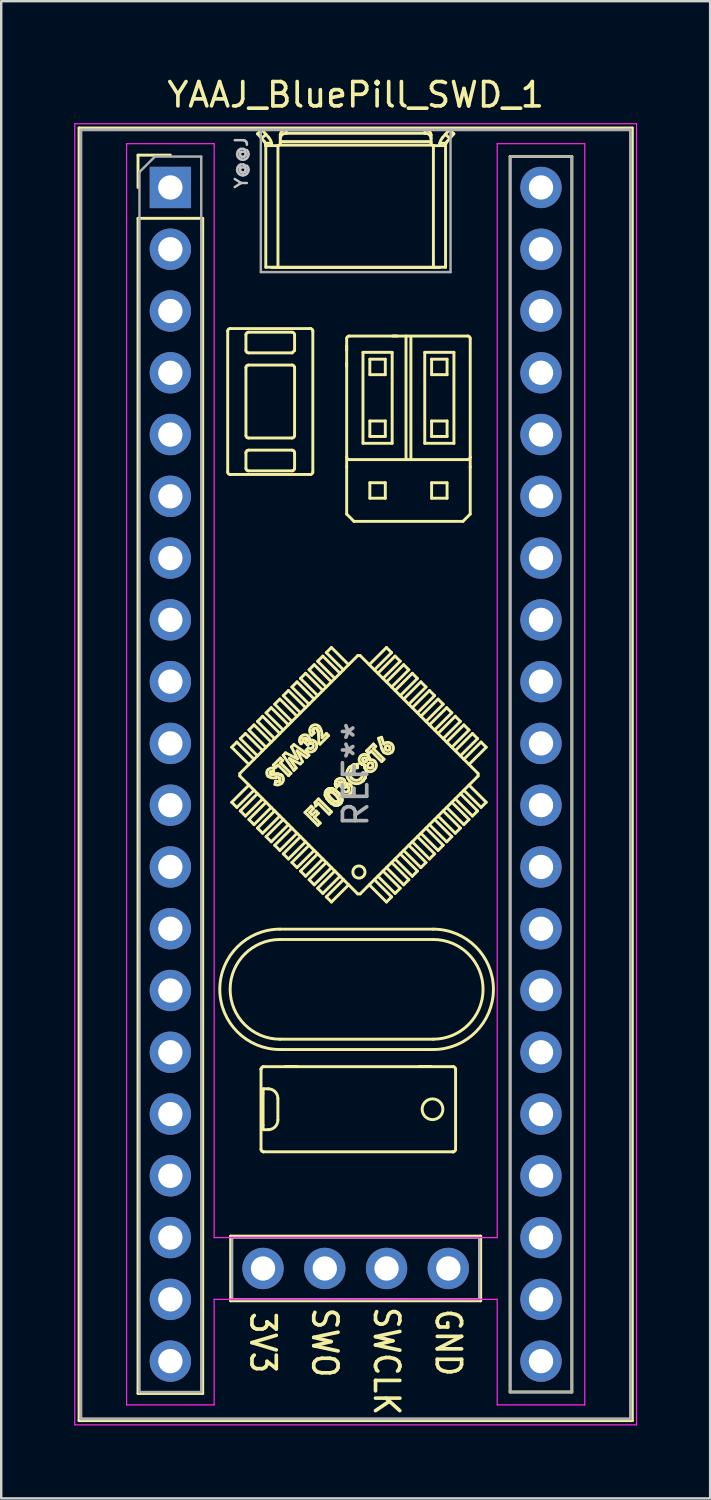
<source format=kicad_pcb>
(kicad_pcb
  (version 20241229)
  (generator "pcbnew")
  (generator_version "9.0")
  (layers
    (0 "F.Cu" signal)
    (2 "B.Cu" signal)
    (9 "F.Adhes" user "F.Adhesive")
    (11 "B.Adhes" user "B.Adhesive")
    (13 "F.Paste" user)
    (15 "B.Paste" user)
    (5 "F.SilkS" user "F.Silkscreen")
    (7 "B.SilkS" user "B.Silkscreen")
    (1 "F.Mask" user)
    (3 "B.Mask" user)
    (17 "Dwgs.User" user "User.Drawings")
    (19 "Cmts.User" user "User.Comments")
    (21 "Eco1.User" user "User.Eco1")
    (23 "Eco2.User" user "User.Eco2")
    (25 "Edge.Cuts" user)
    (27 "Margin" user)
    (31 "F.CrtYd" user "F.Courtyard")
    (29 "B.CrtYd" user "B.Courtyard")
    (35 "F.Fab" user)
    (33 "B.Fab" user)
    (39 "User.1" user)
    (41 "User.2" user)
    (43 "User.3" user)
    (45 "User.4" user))
  (footprint "YAAJ_BluePill_SWD_1"
    (layer "F.Cu")
    (at 3.955 4.658)
    (property "Reference" "YAAJ_BluePill_SWD_1" (at 7.62 -3.81 0) (layer "F.SilkS") (effects (font (size 1 1) (thickness 0.15))))
    (attr through_hole)
    (fp_line (start -3.755 -2.445) (end 18.995 -2.445) (stroke (width 0.12) (type solid)) (layer "F.SilkS"))
    (fp_line (start -3.755 50.705) (end -3.755 -2.445) (stroke (width 0.12) (type solid)) (layer "F.SilkS"))
    (fp_line (start -1.33 -1.33) (end 0 -1.33) (stroke (width 0.12) (type solid)) (layer "F.SilkS"))
    (fp_line (start -1.33 0) (end -1.33 -1.33) (stroke (width 0.12) (type solid)) (layer "F.SilkS"))
    (fp_line (start -1.33 1.27) (end 1.33 1.27) (stroke (width 0.12) (type solid)) (layer "F.SilkS"))
    (fp_line (start -1.33 49.59) (end -1.33 1.27) (stroke (width 0.12) (type solid)) (layer "F.SilkS"))
    (fp_line (start 1.33 1.27) (end 1.33 49.59) (stroke (width 0.12) (type solid)) (layer "F.SilkS"))
    (fp_line (start 1.33 49.59) (end -1.33 49.59) (stroke (width 0.12) (type solid)) (layer "F.SilkS"))
    (fp_line (start 2.358 5.902) (end 2.358 11.702) (stroke (width 0.12) (type solid)) (layer "F.SilkS"))
    (fp_line (start 2.458 11.802) (end 5.758 11.802) (stroke (width 0.12) (type solid)) (layer "F.SilkS"))
    (fp_line (start 2.48 43.12) (end 2.48 45.78) (stroke (width 0.12) (type solid)) (layer "F.SilkS"))
    (fp_line (start 2.48 45.78) (end 12.76 45.78) (stroke (width 0.12) (type solid)) (layer "F.SilkS"))
    (fp_line (start 2.522 23.017) (end 3.229 23.724) (stroke (width 0.12) (type solid)) (layer "F.SilkS"))
    (fp_line (start 2.522 25.28) (end 3.229 24.573) (stroke (width 0.12) (type solid)) (layer "F.SilkS"))
    (fp_line (start 2.734 22.805) (end 2.522 23.017) (stroke (width 0.12) (type solid)) (layer "F.SilkS"))
    (fp_line (start 2.734 22.805) (end 3.441 23.512) (stroke (width 0.12) (type solid)) (layer "F.SilkS"))
    (fp_line (start 2.734 25.492) (end 2.522 25.28) (stroke (width 0.12) (type solid)) (layer "F.SilkS"))
    (fp_line (start 2.734 25.492) (end 3.441 24.785) (stroke (width 0.12) (type solid)) (layer "F.SilkS"))
    (fp_line (start 2.855 24.199) (end 2.855 24.099) (stroke (width 0.12) (type solid)) (layer "F.SilkS"))
    (fp_line (start 2.855 24.199) (end 7.704 29.048) (stroke (width 0.12) (type solid)) (layer "F.SilkS"))
    (fp_line (start 2.875 22.664) (end 3.583 23.371) (stroke (width 0.12) (type solid)) (layer "F.SilkS"))
    (fp_line (start 2.875 25.634) (end 3.583 24.926) (stroke (width 0.12) (type solid)) (layer "F.SilkS"))
    (fp_line (start 3.088 22.452) (end 2.875 22.664) (stroke (width 0.12) (type solid)) (layer "F.SilkS"))
    (fp_line (start 3.088 22.452) (end 3.795 23.159) (stroke (width 0.12) (type solid)) (layer "F.SilkS"))
    (fp_line (start 3.088 25.846) (end 2.875 25.634) (stroke (width 0.12) (type solid)) (layer "F.SilkS"))
    (fp_line (start 3.088 25.846) (end 3.795 25.139) (stroke (width 0.12) (type solid)) (layer "F.SilkS"))
    (fp_line (start 3.108 6.702) (end 3.108 6.052) (stroke (width 0.12) (type solid)) (layer "F.SilkS"))
    (fp_line (start 3.108 10.202) (end 3.108 7.402) (stroke (width 0.12) (type solid)) (layer "F.SilkS"))
    (fp_line (start 3.108 11.552) (end 3.108 10.902) (stroke (width 0.12) (type solid)) (layer "F.SilkS"))
    (fp_line (start 3.208 5.952) (end 5.008 5.952) (stroke (width 0.12) (type solid)) (layer "F.SilkS"))
    (fp_line (start 3.208 7.302) (end 5.008 7.302) (stroke (width 0.12) (type solid)) (layer "F.SilkS"))
    (fp_line (start 3.208 10.802) (end 5.008 10.802) (stroke (width 0.12) (type solid)) (layer "F.SilkS"))
    (fp_line (start 3.229 22.31) (end 3.936 23.017) (stroke (width 0.12) (type solid)) (layer "F.SilkS"))
    (fp_line (start 3.229 25.987) (end 3.936 25.28) (stroke (width 0.12) (type solid)) (layer "F.SilkS"))
    (fp_line (start 3.441 22.098) (end 3.229 22.31) (stroke (width 0.12) (type solid)) (layer "F.SilkS"))
    (fp_line (start 3.441 22.098) (end 4.148 22.805) (stroke (width 0.12) (type solid)) (layer "F.SilkS"))
    (fp_line (start 3.441 26.199) (end 3.229 25.987) (stroke (width 0.12) (type solid)) (layer "F.SilkS"))
    (fp_line (start 3.441 26.199) (end 4.148 25.492) (stroke (width 0.12) (type solid)) (layer "F.SilkS"))
    (fp_line (start 3.583 -2.207) (end 3.861 -1.891) (stroke (width 0.12) (type solid)) (layer "F.SilkS"))
    (fp_line (start 3.583 21.957) (end 4.29 22.664) (stroke (width 0.12) (type solid)) (layer "F.SilkS"))
    (fp_line (start 3.583 26.341) (end 4.29 25.634) (stroke (width 0.12) (type solid)) (layer "F.SilkS"))
    (fp_line (start 3.728 36.253) (end 3.728 39.553) (stroke (width 0.12) (type solid)) (layer "F.SilkS"))
    (fp_line (start 3.728 36.252) (end 3.728 36.253) (stroke (width 0.12) (type solid)) (layer "F.SilkS"))
    (fp_line (start 3.748 -2.02) (end 3.933 -2.182) (stroke (width 0.12) (type solid)) (layer "F.SilkS"))
    (fp_line (start 3.767 -2.37) (end 3.583 -2.207) (stroke (width 0.12) (type solid)) (layer "F.SilkS"))
    (fp_line (start 3.795 21.744) (end 3.583 21.957) (stroke (width 0.12) (type solid)) (layer "F.SilkS"))
    (fp_line (start 3.795 21.744) (end 4.502 22.452) (stroke (width 0.12) (type solid)) (layer "F.SilkS"))
    (fp_line (start 3.795 26.553) (end 3.583 26.341) (stroke (width 0.12) (type solid)) (layer "F.SilkS"))
    (fp_line (start 3.795 26.553) (end 4.502 25.846) (stroke (width 0.12) (type solid)) (layer "F.SilkS"))
    (fp_line (start 3.812 38.544) (end 3.812 37.262) (stroke (width 0.12) (type solid)) (layer "F.SilkS"))
    (fp_line (start 3.827 39.653) (end 3.828 39.653) (stroke (width 0.12) (type solid)) (layer "F.SilkS"))
    (fp_line (start 3.828 36.153) (end 3.827 36.153) (stroke (width 0.12) (type solid)) (layer "F.SilkS"))
    (fp_line (start 3.828 36.153) (end 11.628 36.153) (stroke (width 0.12) (type solid)) (layer "F.SilkS"))
    (fp_line (start 3.828 39.653) (end 11.628 39.653) (stroke (width 0.12) (type solid)) (layer "F.SilkS"))
    (fp_line (start 3.834 38.744) (end 4.021 38.744) (stroke (width 0.12) (type solid)) (layer "F.SilkS"))
    (fp_line (start 3.924 -1.728) (end 3.929 -1.72) (stroke (width 0.12) (type solid)) (layer "F.SilkS"))
    (fp_line (start 3.924 -1.726) (end 3.924 -1.728) (stroke (width 0.12) (type solid)) (layer "F.SilkS"))
    (fp_line (start 3.924 -1.726) (end 3.924 3.28) (stroke (width 0.12) (type solid)) (layer "F.SilkS"))
    (fp_line (start 3.929 -1.72) (end 3.93 -1.72) (stroke (width 0.12) (type solid)) (layer "F.SilkS"))
    (fp_line (start 3.93 -1.72) (end 4.42 -1.72) (stroke (width 0.12) (type solid)) (layer "F.SilkS"))
    (fp_line (start 3.936 21.603) (end 4.643 22.31) (stroke (width 0.12) (type solid)) (layer "F.SilkS"))
    (fp_line (start 3.936 26.694) (end 4.643 25.987) (stroke (width 0.12) (type solid)) (layer "F.SilkS"))
    (fp_line (start 4.021 37.062) (end 3.834 37.062) (stroke (width 0.12) (type solid)) (layer "F.SilkS"))
    (fp_line (start 4.045 -2.055) (end 3.767 -2.37) (stroke (width 0.12) (type solid)) (layer "F.SilkS"))
    (fp_line (start 4.108 24.11) (end 4.126 24.122) (stroke (width 0.12) (type solid)) (layer "F.SilkS"))
    (fp_line (start 4.108 24.11) (end 4.126 24.122) (stroke (width 0.12) (type solid)) (layer "F.SilkS"))
    (fp_line (start 4.126 24.122) (end 4.142 24.127) (stroke (width 0.12) (type solid)) (layer "F.SilkS"))
    (fp_line (start 4.126 24.122) (end 4.142 24.127) (stroke (width 0.12) (type solid)) (layer "F.SilkS"))
    (fp_line (start 4.142 24.127) (end 4.221 24.127) (stroke (width 0.12) (type solid)) (layer "F.SilkS"))
    (fp_line (start 4.142 24.127) (end 4.221 24.127) (stroke (width 0.12) (type solid)) (layer "F.SilkS"))
    (fp_line (start 4.148 21.391) (end 3.936 21.603) (stroke (width 0.12) (type solid)) (layer "F.SilkS"))
    (fp_line (start 4.148 21.391) (end 4.855 22.098) (stroke (width 0.12) (type solid)) (layer "F.SilkS"))
    (fp_line (start 4.148 26.906) (end 3.936 26.694) (stroke (width 0.12) (type solid)) (layer "F.SilkS"))
    (fp_line (start 4.148 26.906) (end 4.855 26.199) (stroke (width 0.12) (type solid)) (layer "F.SilkS"))
    (fp_line (start 4.161 -1.82) (end 3.905 -1.82) (stroke (width 0.12) (type solid)) (layer "F.SilkS"))
    (fp_line (start 4.17 -1.72) (end 4.17 -1.724) (stroke (width 0.12) (type solid)) (layer "F.SilkS"))
    (fp_line (start 4.221 24.127) (end 4.283 24.123) (stroke (width 0.12) (type solid)) (layer "F.SilkS"))
    (fp_line (start 4.221 24.127) (end 4.283 24.123) (stroke (width 0.12) (type solid)) (layer "F.SilkS"))
    (fp_line (start 4.236 23.749) (end 4.522 23.463) (stroke (width 0.12) (type solid)) (layer "F.SilkS"))
    (fp_line (start 4.253 23.874) (end 4.247 24.011) (stroke (width 0.12) (type solid)) (layer "F.SilkS"))
    (fp_line (start 4.283 24.123) (end 4.355 24.118) (stroke (width 0.12) (type solid)) (layer "F.SilkS"))
    (fp_line (start 4.283 24.123) (end 4.355 24.118) (stroke (width 0.12) (type solid)) (layer "F.SilkS"))
    (fp_line (start 4.29 21.249) (end 4.997 21.957) (stroke (width 0.12) (type solid)) (layer "F.SilkS"))
    (fp_line (start 4.29 27.048) (end 4.997 26.341) (stroke (width 0.12) (type solid)) (layer "F.SilkS"))
    (fp_line (start 4.3 24.547) (end 4.334 24.413) (stroke (width 0.12) (type solid)) (layer "F.SilkS"))
    (fp_line (start 4.331 23.844) (end 4.236 23.749) (stroke (width 0.12) (type solid)) (layer "F.SilkS"))
    (fp_line (start 4.334 24.413) (end 4.424 24.424) (stroke (width 0.12) (type solid)) (layer "F.SilkS"))
    (fp_line (start 4.334 24.413) (end 4.424 24.424) (stroke (width 0.12) (type solid)) (layer "F.SilkS"))
    (fp_line (start 4.355 24.118) (end 4.412 24.116) (stroke (width 0.12) (type solid)) (layer "F.SilkS"))
    (fp_line (start 4.355 24.118) (end 4.412 24.116) (stroke (width 0.12) (type solid)) (layer "F.SilkS"))
    (fp_line (start 4.412 24.116) (end 4.518 24.135) (stroke (width 0.12) (type solid)) (layer "F.SilkS"))
    (fp_line (start 4.412 24.116) (end 4.518 24.135) (stroke (width 0.12) (type solid)) (layer "F.SilkS"))
    (fp_line (start 4.42 -1.72) (end 4.424 -1.72) (stroke (width 0.12) (type solid)) (layer "F.SilkS"))
    (fp_line (start 4.421 37.462) (end 4.421 38.344) (stroke (width 0.12) (type solid)) (layer "F.SilkS"))
    (fp_line (start 4.424 -1.72) (end 4.424 3.29) (stroke (width 0.12) (type solid)) (layer "F.SilkS"))
    (fp_line (start 4.424 24.424) (end 4.459 24.415) (stroke (width 0.12) (type solid)) (layer "F.SilkS"))
    (fp_line (start 4.424 24.424) (end 4.459 24.415) (stroke (width 0.12) (type solid)) (layer "F.SilkS"))
    (fp_line (start 4.427 23.749) (end 4.331 23.844) (stroke (width 0.12) (type solid)) (layer "F.SilkS"))
    (fp_line (start 4.459 24.415) (end 4.489 24.394) (stroke (width 0.12) (type solid)) (layer "F.SilkS"))
    (fp_line (start 4.459 24.415) (end 4.489 24.394) (stroke (width 0.12) (type solid)) (layer "F.SilkS"))
    (fp_line (start 4.502 21.037) (end 4.29 21.249) (stroke (width 0.12) (type solid)) (layer "F.SilkS"))
    (fp_line (start 4.502 21.037) (end 5.209 21.744) (stroke (width 0.12) (type solid)) (layer "F.SilkS"))
    (fp_line (start 4.502 27.26) (end 4.29 27.048) (stroke (width 0.12) (type solid)) (layer "F.SilkS"))
    (fp_line (start 4.502 27.26) (end 5.209 26.553) (stroke (width 0.12) (type solid)) (layer "F.SilkS"))
    (fp_line (start 4.508 30.923) (end 10.808 30.923) (stroke (width 0.12) (type solid)) (layer "F.SilkS"))
    (fp_line (start 4.508 35.448) (end 10.808 35.448) (stroke (width 0.12) (type solid)) (layer "F.SilkS"))
    (fp_line (start 4.518 24.135) (end 4.588 24.183) (stroke (width 0.12) (type solid)) (layer "F.SilkS"))
    (fp_line (start 4.518 24.135) (end 4.588 24.183) (stroke (width 0.12) (type solid)) (layer "F.SilkS"))
    (fp_line (start 4.52 -2.165) (end 4.52 -1.82) (stroke (width 0.12) (type solid)) (layer "F.SilkS"))
    (fp_line (start 4.52 -1.885) (end 10.72 -1.885) (stroke (width 0.12) (type solid)) (layer "F.SilkS"))
    (fp_line (start 4.522 23.463) (end 4.617 23.559) (stroke (width 0.12) (type solid)) (layer "F.SilkS"))
    (fp_line (start 4.522 23.654) (end 4.957 24.089) (stroke (width 0.12) (type solid)) (layer "F.SilkS"))
    (fp_line (start 4.617 23.559) (end 4.522 23.654) (stroke (width 0.12) (type solid)) (layer "F.SilkS"))
    (fp_line (start 4.639 23.347) (end 4.737 23.248) (stroke (width 0.12) (type solid)) (layer "F.SilkS"))
    (fp_line (start 4.643 20.896) (end 5.35 21.603) (stroke (width 0.12) (type solid)) (layer "F.SilkS"))
    (fp_line (start 4.643 27.401) (end 5.35 26.694) (stroke (width 0.12) (type solid)) (layer "F.SilkS"))
    (fp_line (start 4.737 23.248) (end 5.228 23.497) (stroke (width 0.12) (type solid)) (layer "F.SilkS"))
    (fp_line (start 4.77 -2.227) (end 4.77 -2.37) (stroke (width 0.12) (type solid)) (layer "F.SilkS"))
    (fp_line (start 4.855 20.684) (end 4.643 20.896) (stroke (width 0.12) (type solid)) (layer "F.SilkS"))
    (fp_line (start 4.855 20.684) (end 5.562 21.391) (stroke (width 0.12) (type solid)) (layer "F.SilkS"))
    (fp_line (start 4.855 27.613) (end 4.643 27.401) (stroke (width 0.12) (type solid)) (layer "F.SilkS"))
    (fp_line (start 4.855 27.613) (end 5.562 26.906) (stroke (width 0.12) (type solid)) (layer "F.SilkS"))
    (fp_line (start 4.862 24.184) (end 4.427 23.749) (stroke (width 0.12) (type solid)) (layer "F.SilkS"))
    (fp_line (start 4.897 23.479) (end 5.176 23.87) (stroke (width 0.12) (type solid)) (layer "F.SilkS"))
    (fp_line (start 4.957 24.089) (end 4.862 24.184) (stroke (width 0.12) (type solid)) (layer "F.SilkS"))
    (fp_line (start 4.98 23.005) (end 5.078 22.907) (stroke (width 0.12) (type solid)) (layer "F.SilkS"))
    (fp_line (start 4.997 20.542) (end 5.704 21.249) (stroke (width 0.12) (type solid)) (layer "F.SilkS"))
    (fp_line (start 4.997 27.755) (end 5.704 27.048) (stroke (width 0.12) (type solid)) (layer "F.SilkS"))
    (fp_line (start 5.008 6.802) (end 3.208 6.802) (stroke (width 0.12) (type solid)) (layer "F.SilkS"))
    (fp_line (start 5.008 6.802) (end 5.108 6.702) (stroke (width 0.12) (type solid)) (layer "F.SilkS"))
    (fp_line (start 5.008 10.302) (end 3.208 10.302) (stroke (width 0.12) (type solid)) (layer "F.SilkS"))
    (fp_line (start 5.008 11.652) (end 3.208 11.652) (stroke (width 0.12) (type solid)) (layer "F.SilkS"))
    (fp_line (start 5.078 22.907) (end 5.698 23.348) (stroke (width 0.12) (type solid)) (layer "F.SilkS"))
    (fp_line (start 5.079 23.967) (end 4.639 23.347) (stroke (width 0.12) (type solid)) (layer "F.SilkS"))
    (fp_line (start 5.108 6.052) (end 5.108 6.702) (stroke (width 0.12) (type solid)) (layer "F.SilkS"))
    (fp_line (start 5.108 7.402) (end 5.108 10.202) (stroke (width 0.12) (type solid)) (layer "F.SilkS"))
    (fp_line (start 5.108 10.902) (end 5.108 11.552) (stroke (width 0.12) (type solid)) (layer "F.SilkS"))
    (fp_line (start 5.176 23.87) (end 5.079 23.967) (stroke (width 0.12) (type solid)) (layer "F.SilkS"))
    (fp_line (start 5.209 20.33) (end 4.997 20.542) (stroke (width 0.12) (type solid)) (layer "F.SilkS"))
    (fp_line (start 5.209 20.33) (end 5.916 21.037) (stroke (width 0.12) (type solid)) (layer "F.SilkS"))
    (fp_line (start 5.209 27.967) (end 4.997 27.755) (stroke (width 0.12) (type solid)) (layer "F.SilkS"))
    (fp_line (start 5.209 27.967) (end 5.916 27.26) (stroke (width 0.12) (type solid)) (layer "F.SilkS"))
    (fp_line (start 5.21 23.166) (end 5.435 23.611) (stroke (width 0.12) (type solid)) (layer "F.SilkS"))
    (fp_line (start 5.228 36.143) (end 4.728 36.143) (stroke (width 0.12) (type solid)) (layer "F.SilkS"))
    (fp_line (start 5.228 23.497) (end 4.98 23.005) (stroke (width 0.12) (type solid)) (layer "F.SilkS"))
    (fp_line (start 5.319 22.738) (end 5.339 22.637) (stroke (width 0.12) (type solid)) (layer "F.SilkS"))
    (fp_line (start 5.319 22.738) (end 5.339 22.637) (stroke (width 0.12) (type solid)) (layer "F.SilkS"))
    (fp_line (start 5.331 22.801) (end 5.319 22.738) (stroke (width 0.12) (type solid)) (layer "F.SilkS"))
    (fp_line (start 5.331 22.801) (end 5.319 22.738) (stroke (width 0.12) (type solid)) (layer "F.SilkS"))
    (fp_line (start 5.339 22.637) (end 5.387 22.571) (stroke (width 0.12) (type solid)) (layer "F.SilkS"))
    (fp_line (start 5.339 22.637) (end 5.387 22.571) (stroke (width 0.12) (type solid)) (layer "F.SilkS"))
    (fp_line (start 5.342 23.704) (end 4.897 23.479) (stroke (width 0.12) (type solid)) (layer "F.SilkS"))
    (fp_line (start 5.35 20.189) (end 6.057 20.896) (stroke (width 0.12) (type solid)) (layer "F.SilkS"))
    (fp_line (start 5.35 28.108) (end 6.057 27.401) (stroke (width 0.12) (type solid)) (layer "F.SilkS"))
    (fp_line (start 5.372 22.872) (end 5.331 22.801) (stroke (width 0.12) (type solid)) (layer "F.SilkS"))
    (fp_line (start 5.372 22.872) (end 5.331 22.801) (stroke (width 0.12) (type solid)) (layer "F.SilkS"))
    (fp_line (start 5.435 23.611) (end 5.342 23.704) (stroke (width 0.12) (type solid)) (layer "F.SilkS"))
    (fp_line (start 5.467 22.777) (end 5.372 22.872) (stroke (width 0.12) (type solid)) (layer "F.SilkS"))
    (fp_line (start 5.535 25.7) (end 5.793 25.442) (stroke (width 0.12) (type solid)) (layer "F.SilkS"))
    (fp_line (start 5.549 22.831) (end 5.6 22.752) (stroke (width 0.12) (type solid)) (layer "F.SilkS"))
    (fp_line (start 5.549 22.831) (end 5.6 22.752) (stroke (width 0.12) (type solid)) (layer "F.SilkS"))
    (fp_line (start 5.562 19.977) (end 5.35 20.189) (stroke (width 0.12) (type solid)) (layer "F.SilkS"))
    (fp_line (start 5.562 19.977) (end 6.27 20.684) (stroke (width 0.12) (type solid)) (layer "F.SilkS"))
    (fp_line (start 5.562 28.321) (end 5.35 28.108) (stroke (width 0.12) (type solid)) (layer "F.SilkS"))
    (fp_line (start 5.562 28.321) (end 6.27 27.613) (stroke (width 0.12) (type solid)) (layer "F.SilkS"))
    (fp_line (start 5.583 23.137) (end 5.678 23.042) (stroke (width 0.12) (type solid)) (layer "F.SilkS"))
    (fp_line (start 5.598 22.683) (end 5.585 22.664) (stroke (width 0.12) (type solid)) (layer "F.SilkS"))
    (fp_line (start 5.598 22.683) (end 5.585 22.664) (stroke (width 0.12) (type solid)) (layer "F.SilkS"))
    (fp_line (start 5.6 22.752) (end 5.605 22.706) (stroke (width 0.12) (type solid)) (layer "F.SilkS"))
    (fp_line (start 5.6 22.752) (end 5.605 22.706) (stroke (width 0.12) (type solid)) (layer "F.SilkS"))
    (fp_line (start 5.602 23.444) (end 5.21 23.166) (stroke (width 0.12) (type solid)) (layer "F.SilkS"))
    (fp_line (start 5.605 22.706) (end 5.598 22.683) (stroke (width 0.12) (type solid)) (layer "F.SilkS"))
    (fp_line (start 5.605 22.706) (end 5.598 22.683) (stroke (width 0.12) (type solid)) (layer "F.SilkS"))
    (fp_line (start 5.637 22.92) (end 5.549 22.831) (stroke (width 0.12) (type solid)) (layer "F.SilkS"))
    (fp_line (start 5.698 23.348) (end 5.602 23.444) (stroke (width 0.12) (type solid)) (layer "F.SilkS"))
    (fp_line (start 5.704 19.835) (end 6.411 20.542) (stroke (width 0.12) (type solid)) (layer "F.SilkS"))
    (fp_line (start 5.704 28.462) (end 6.411 27.755) (stroke (width 0.12) (type solid)) (layer "F.SilkS"))
    (fp_line (start 5.725 25.7) (end 5.827 25.802) (stroke (width 0.12) (type solid)) (layer "F.SilkS"))
    (fp_line (start 5.738 22.854) (end 5.637 22.92) (stroke (width 0.12) (type solid)) (layer "F.SilkS"))
    (fp_line (start 5.738 22.854) (end 5.637 22.92) (stroke (width 0.12) (type solid)) (layer "F.SilkS"))
    (fp_line (start 5.758 5.802) (end 2.458 5.802) (stroke (width 0.12) (type solid)) (layer "F.SilkS"))
    (fp_line (start 5.762 5.802) (end 5.758 5.802) (stroke (width 0.12) (type solid)) (layer "F.SilkS"))
    (fp_line (start 5.793 25.442) (end 5.888 25.537) (stroke (width 0.12) (type solid)) (layer "F.SilkS"))
    (fp_line (start 5.798 22.849) (end 5.738 22.854) (stroke (width 0.12) (type solid)) (layer "F.SilkS"))
    (fp_line (start 5.798 22.849) (end 5.738 22.854) (stroke (width 0.12) (type solid)) (layer "F.SilkS"))
    (fp_line (start 5.827 25.802) (end 5.99 25.639) (stroke (width 0.12) (type solid)) (layer "F.SilkS"))
    (fp_line (start 5.827 22.858) (end 5.798 22.849) (stroke (width 0.12) (type solid)) (layer "F.SilkS"))
    (fp_line (start 5.827 22.858) (end 5.798 22.849) (stroke (width 0.12) (type solid)) (layer "F.SilkS"))
    (fp_line (start 5.852 22.876) (end 5.827 22.858) (stroke (width 0.12) (type solid)) (layer "F.SilkS"))
    (fp_line (start 5.852 22.876) (end 5.827 22.858) (stroke (width 0.12) (type solid)) (layer "F.SilkS"))
    (fp_line (start 5.858 11.702) (end 5.858 5.902) (stroke (width 0.12) (type solid)) (layer "F.SilkS"))
    (fp_line (start 5.862 22.307) (end 5.866 22.36) (stroke (width 0.12) (type solid)) (layer "F.SilkS"))
    (fp_line (start 5.862 22.307) (end 5.866 22.36) (stroke (width 0.12) (type solid)) (layer "F.SilkS"))
    (fp_line (start 5.866 22.36) (end 5.909 22.43) (stroke (width 0.12) (type solid)) (layer "F.SilkS"))
    (fp_line (start 5.866 22.36) (end 5.909 22.43) (stroke (width 0.12) (type solid)) (layer "F.SilkS"))
    (fp_line (start 5.887 22.261) (end 5.862 22.307) (stroke (width 0.12) (type solid)) (layer "F.SilkS"))
    (fp_line (start 5.887 22.261) (end 5.862 22.307) (stroke (width 0.12) (type solid)) (layer "F.SilkS"))
    (fp_line (start 5.888 25.537) (end 5.725 25.7) (stroke (width 0.12) (type solid)) (layer "F.SilkS"))
    (fp_line (start 5.909 22.43) (end 5.814 22.525) (stroke (width 0.12) (type solid)) (layer "F.SilkS"))
    (fp_line (start 5.916 19.623) (end 5.704 19.835) (stroke (width 0.12) (type solid)) (layer "F.SilkS"))
    (fp_line (start 5.916 19.623) (end 6.623 20.33) (stroke (width 0.12) (type solid)) (layer "F.SilkS"))
    (fp_line (start 5.916 28.674) (end 5.704 28.462) (stroke (width 0.12) (type solid)) (layer "F.SilkS"))
    (fp_line (start 5.916 28.674) (end 6.623 27.967) (stroke (width 0.12) (type solid)) (layer "F.SilkS"))
    (fp_line (start 5.922 25.898) (end 6.16 26.136) (stroke (width 0.12) (type solid)) (layer "F.SilkS"))
    (fp_line (start 5.945 25.29) (end 6.092 25.143) (stroke (width 0.12) (type solid)) (layer "F.SilkS"))
    (fp_line (start 5.977 25.435) (end 5.945 25.29) (stroke (width 0.12) (type solid)) (layer "F.SilkS"))
    (fp_line (start 5.99 25.639) (end 6.086 25.734) (stroke (width 0.12) (type solid)) (layer "F.SilkS"))
    (fp_line (start 6.057 19.482) (end 6.765 20.189) (stroke (width 0.12) (type solid)) (layer "F.SilkS"))
    (fp_line (start 6.057 28.815) (end 6.765 28.108) (stroke (width 0.12) (type solid)) (layer "F.SilkS"))
    (fp_line (start 6.065 26.231) (end 5.535 25.7) (stroke (width 0.12) (type solid)) (layer "F.SilkS"))
    (fp_line (start 6.08 22.368) (end 6.027 22.263) (stroke (width 0.12) (type solid)) (layer "F.SilkS"))
    (fp_line (start 6.08 22.368) (end 6.027 22.263) (stroke (width 0.12) (type solid)) (layer "F.SilkS"))
    (fp_line (start 6.086 25.326) (end 5.977 25.435) (stroke (width 0.12) (type solid)) (layer "F.SilkS"))
    (fp_line (start 6.086 25.734) (end 5.922 25.898) (stroke (width 0.12) (type solid)) (layer "F.SilkS"))
    (fp_line (start 6.092 25.143) (end 6.623 25.673) (stroke (width 0.12) (type solid)) (layer "F.SilkS"))
    (fp_line (start 6.095 22.52) (end 6.08 22.368) (stroke (width 0.12) (type solid)) (layer "F.SilkS"))
    (fp_line (start 6.095 22.52) (end 6.08 22.368) (stroke (width 0.12) (type solid)) (layer "F.SilkS"))
    (fp_line (start 6.105 22.844) (end 6.095 22.52) (stroke (width 0.12) (type solid)) (layer "F.SilkS"))
    (fp_line (start 6.154 22.892) (end 6.105 22.844) (stroke (width 0.12) (type solid)) (layer "F.SilkS"))
    (fp_line (start 6.16 26.136) (end 6.065 26.231) (stroke (width 0.12) (type solid)) (layer "F.SilkS"))
    (fp_line (start 6.232 22.51) (end 6.24 22.629) (stroke (width 0.12) (type solid)) (layer "F.SilkS"))
    (fp_line (start 6.24 22.629) (end 6.419 22.45) (stroke (width 0.12) (type solid)) (layer "F.SilkS"))
    (fp_line (start 6.27 19.27) (end 6.057 19.482) (stroke (width 0.12) (type solid)) (layer "F.SilkS"))
    (fp_line (start 6.27 19.27) (end 6.977 19.977) (stroke (width 0.12) (type solid)) (layer "F.SilkS"))
    (fp_line (start 6.27 29.028) (end 6.057 28.815) (stroke (width 0.12) (type solid)) (layer "F.SilkS"))
    (fp_line (start 6.27 29.028) (end 6.977 28.321) (stroke (width 0.12) (type solid)) (layer "F.SilkS"))
    (fp_line (start 6.365 24.988) (end 6.373 24.863) (stroke (width 0.12) (type solid)) (layer "F.SilkS"))
    (fp_line (start 6.365 24.988) (end 6.373 24.863) (stroke (width 0.12) (type solid)) (layer "F.SilkS"))
    (fp_line (start 6.373 24.863) (end 6.427 24.781) (stroke (width 0.12) (type solid)) (layer "F.SilkS"))
    (fp_line (start 6.373 24.863) (end 6.427 24.781) (stroke (width 0.12) (type solid)) (layer "F.SilkS"))
    (fp_line (start 6.411 19.128) (end 7.118 19.835) (stroke (width 0.12) (type solid)) (layer "F.SilkS"))
    (fp_line (start 6.411 29.169) (end 7.118 28.462) (stroke (width 0.12) (type solid)) (layer "F.SilkS"))
    (fp_line (start 6.419 22.45) (end 6.507 22.539) (stroke (width 0.12) (type solid)) (layer "F.SilkS"))
    (fp_line (start 6.421 25.111) (end 6.365 24.988) (stroke (width 0.12) (type solid)) (layer "F.SilkS"))
    (fp_line (start 6.421 25.111) (end 6.365 24.988) (stroke (width 0.12) (type solid)) (layer "F.SilkS"))
    (fp_line (start 6.427 24.781) (end 6.48 24.74) (stroke (width 0.12) (type solid)) (layer "F.SilkS"))
    (fp_line (start 6.427 24.781) (end 6.48 24.74) (stroke (width 0.12) (type solid)) (layer "F.SilkS"))
    (fp_line (start 6.48 24.74) (end 6.541 24.715) (stroke (width 0.12) (type solid)) (layer "F.SilkS"))
    (fp_line (start 6.48 24.74) (end 6.541 24.715) (stroke (width 0.12) (type solid)) (layer "F.SilkS"))
    (fp_line (start 6.496 24.948) (end 6.524 25.024) (stroke (width 0.12) (type solid)) (layer "F.SilkS"))
    (fp_line (start 6.496 24.948) (end 6.524 25.024) (stroke (width 0.12) (type solid)) (layer "F.SilkS"))
    (fp_line (start 6.503 24.908) (end 6.496 24.948) (stroke (width 0.12) (type solid)) (layer "F.SilkS"))
    (fp_line (start 6.503 24.908) (end 6.496 24.948) (stroke (width 0.12) (type solid)) (layer "F.SilkS"))
    (fp_line (start 6.507 22.539) (end 6.154 22.892) (stroke (width 0.12) (type solid)) (layer "F.SilkS"))
    (fp_line (start 6.524 25.024) (end 6.629 25.149) (stroke (width 0.12) (type solid)) (layer "F.SilkS"))
    (fp_line (start 6.524 25.024) (end 6.629 25.149) (stroke (width 0.12) (type solid)) (layer "F.SilkS"))
    (fp_line (start 6.525 24.874) (end 6.503 24.908) (stroke (width 0.12) (type solid)) (layer "F.SilkS"))
    (fp_line (start 6.525 24.874) (end 6.503 24.908) (stroke (width 0.12) (type solid)) (layer "F.SilkS"))
    (fp_line (start 6.528 25.768) (end 6.086 25.326) (stroke (width 0.12) (type solid)) (layer "F.SilkS"))
    (fp_line (start 6.533 25.243) (end 6.421 25.111) (stroke (width 0.12) (type solid)) (layer "F.SilkS"))
    (fp_line (start 6.533 25.243) (end 6.421 25.111) (stroke (width 0.12) (type solid)) (layer "F.SilkS"))
    (fp_line (start 6.541 24.715) (end 6.608 24.71) (stroke (width 0.12) (type solid)) (layer "F.SilkS"))
    (fp_line (start 6.541 24.715) (end 6.608 24.71) (stroke (width 0.12) (type solid)) (layer "F.SilkS"))
    (fp_line (start 6.558 24.852) (end 6.525 24.874) (stroke (width 0.12) (type solid)) (layer "F.SilkS"))
    (fp_line (start 6.558 24.852) (end 6.525 24.874) (stroke (width 0.12) (type solid)) (layer "F.SilkS"))
    (fp_line (start 6.597 24.848) (end 6.558 24.852) (stroke (width 0.12) (type solid)) (layer "F.SilkS"))
    (fp_line (start 6.597 24.848) (end 6.558 24.852) (stroke (width 0.12) (type solid)) (layer "F.SilkS"))
    (fp_line (start 6.608 24.71) (end 6.673 24.725) (stroke (width 0.12) (type solid)) (layer "F.SilkS"))
    (fp_line (start 6.608 24.71) (end 6.673 24.725) (stroke (width 0.12) (type solid)) (layer "F.SilkS"))
    (fp_line (start 6.623 25.673) (end 6.528 25.768) (stroke (width 0.12) (type solid)) (layer "F.SilkS"))
    (fp_line (start 6.623 18.916) (end 6.411 19.128) (stroke (width 0.12) (type solid)) (layer "F.SilkS"))
    (fp_line (start 6.623 18.916) (end 7.33 19.623) (stroke (width 0.12) (type solid)) (layer "F.SilkS"))
    (fp_line (start 6.623 29.381) (end 6.411 29.169) (stroke (width 0.12) (type solid)) (layer "F.SilkS"))
    (fp_line (start 6.623 29.381) (end 7.33 28.674) (stroke (width 0.12) (type solid)) (layer "F.SilkS"))
    (fp_line (start 6.629 25.149) (end 6.749 25.246) (stroke (width 0.12) (type solid)) (layer "F.SilkS"))
    (fp_line (start 6.629 25.149) (end 6.749 25.246) (stroke (width 0.12) (type solid)) (layer "F.SilkS"))
    (fp_line (start 6.631 25.331) (end 6.533 25.243) (stroke (width 0.12) (type solid)) (layer "F.SilkS"))
    (fp_line (start 6.631 25.331) (end 6.533 25.243) (stroke (width 0.12) (type solid)) (layer "F.SilkS"))
    (fp_line (start 6.671 24.873) (end 6.597 24.848) (stroke (width 0.12) (type solid)) (layer "F.SilkS"))
    (fp_line (start 6.671 24.873) (end 6.597 24.848) (stroke (width 0.12) (type solid)) (layer "F.SilkS"))
    (fp_line (start 6.673 24.725) (end 6.788 24.789) (stroke (width 0.12) (type solid)) (layer "F.SilkS"))
    (fp_line (start 6.673 24.725) (end 6.788 24.789) (stroke (width 0.12) (type solid)) (layer "F.SilkS"))
    (fp_line (start 6.746 25.394) (end 6.631 25.331) (stroke (width 0.12) (type solid)) (layer "F.SilkS"))
    (fp_line (start 6.746 25.394) (end 6.631 25.331) (stroke (width 0.12) (type solid)) (layer "F.SilkS"))
    (fp_line (start 6.749 25.246) (end 6.822 25.268) (stroke (width 0.12) (type solid)) (layer "F.SilkS"))
    (fp_line (start 6.749 25.246) (end 6.822 25.268) (stroke (width 0.12) (type solid)) (layer "F.SilkS"))
    (fp_line (start 6.781 24.526) (end 6.801 24.425) (stroke (width 0.12) (type solid)) (layer "F.SilkS"))
    (fp_line (start 6.781 24.526) (end 6.801 24.425) (stroke (width 0.12) (type solid)) (layer "F.SilkS"))
    (fp_line (start 6.788 24.789) (end 6.888 24.878) (stroke (width 0.12) (type solid)) (layer "F.SilkS"))
    (fp_line (start 6.788 24.789) (end 6.888 24.878) (stroke (width 0.12) (type solid)) (layer "F.SilkS"))
    (fp_line (start 6.793 24.973) (end 6.671 24.873) (stroke (width 0.12) (type solid)) (layer "F.SilkS"))
    (fp_line (start 6.793 24.973) (end 6.671 24.873) (stroke (width 0.12) (type solid)) (layer "F.SilkS"))
    (fp_line (start 6.793 24.589) (end 6.781 24.526) (stroke (width 0.12) (type solid)) (layer "F.SilkS"))
    (fp_line (start 6.793 24.589) (end 6.781 24.526) (stroke (width 0.12) (type solid)) (layer "F.SilkS"))
    (fp_line (start 6.801 24.425) (end 6.849 24.359) (stroke (width 0.12) (type solid)) (layer "F.SilkS"))
    (fp_line (start 6.801 24.425) (end 6.849 24.359) (stroke (width 0.12) (type solid)) (layer "F.SilkS"))
    (fp_line (start 6.811 25.407) (end 6.746 25.394) (stroke (width 0.12) (type solid)) (layer "F.SilkS"))
    (fp_line (start 6.811 25.407) (end 6.746 25.394) (stroke (width 0.12) (type solid)) (layer "F.SilkS"))
    (fp_line (start 6.822 25.268) (end 6.86 25.262) (stroke (width 0.12) (type solid)) (layer "F.SilkS"))
    (fp_line (start 6.822 25.268) (end 6.86 25.262) (stroke (width 0.12) (type solid)) (layer "F.SilkS"))
    (fp_line (start 6.834 24.66) (end 6.793 24.589) (stroke (width 0.12) (type solid)) (layer "F.SilkS"))
    (fp_line (start 6.834 24.66) (end 6.793 24.589) (stroke (width 0.12) (type solid)) (layer "F.SilkS"))
    (fp_line (start 6.856 25.043) (end 6.793 24.973) (stroke (width 0.12) (type solid)) (layer "F.SilkS"))
    (fp_line (start 6.856 25.043) (end 6.793 24.973) (stroke (width 0.12) (type solid)) (layer "F.SilkS"))
    (fp_line (start 6.86 25.262) (end 6.892 25.241) (stroke (width 0.12) (type solid)) (layer "F.SilkS"))
    (fp_line (start 6.86 25.262) (end 6.892 25.241) (stroke (width 0.12) (type solid)) (layer "F.SilkS"))
    (fp_line (start 6.876 25.402) (end 6.811 25.407) (stroke (width 0.12) (type solid)) (layer "F.SilkS"))
    (fp_line (start 6.876 25.402) (end 6.811 25.407) (stroke (width 0.12) (type solid)) (layer "F.SilkS"))
    (fp_line (start 6.888 24.878) (end 6.976 24.977) (stroke (width 0.12) (type solid)) (layer "F.SilkS"))
    (fp_line (start 6.888 24.878) (end 6.976 24.977) (stroke (width 0.12) (type solid)) (layer "F.SilkS"))
    (fp_line (start 6.914 25.146) (end 6.856 25.043) (stroke (width 0.12) (type solid)) (layer "F.SilkS"))
    (fp_line (start 6.914 25.146) (end 6.856 25.043) (stroke (width 0.12) (type solid)) (layer "F.SilkS"))
    (fp_line (start 6.929 24.565) (end 6.834 24.66) (stroke (width 0.12) (type solid)) (layer "F.SilkS"))
    (fp_line (start 6.936 25.377) (end 6.876 25.402) (stroke (width 0.12) (type solid)) (layer "F.SilkS"))
    (fp_line (start 6.936 25.377) (end 6.876 25.402) (stroke (width 0.12) (type solid)) (layer "F.SilkS"))
    (fp_line (start 6.976 24.977) (end 7.041 25.092) (stroke (width 0.12) (type solid)) (layer "F.SilkS"))
    (fp_line (start 6.976 24.977) (end 7.041 25.092) (stroke (width 0.12) (type solid)) (layer "F.SilkS"))
    (fp_line (start 6.988 25.335) (end 6.936 25.377) (stroke (width 0.12) (type solid)) (layer "F.SilkS"))
    (fp_line (start 6.988 25.335) (end 6.936 25.377) (stroke (width 0.12) (type solid)) (layer "F.SilkS"))
    (fp_line (start 7.01 24.619) (end 7.062 24.54) (stroke (width 0.12) (type solid)) (layer "F.SilkS"))
    (fp_line (start 7.01 24.619) (end 7.062 24.54) (stroke (width 0.12) (type solid)) (layer "F.SilkS"))
    (fp_line (start 7.029 25.284) (end 6.988 25.335) (stroke (width 0.12) (type solid)) (layer "F.SilkS"))
    (fp_line (start 7.029 25.284) (end 6.988 25.335) (stroke (width 0.12) (type solid)) (layer "F.SilkS"))
    (fp_line (start 7.041 25.092) (end 7.057 25.157) (stroke (width 0.12) (type solid)) (layer "F.SilkS"))
    (fp_line (start 7.041 25.092) (end 7.057 25.157) (stroke (width 0.12) (type solid)) (layer "F.SilkS"))
    (fp_line (start 7.044 24.925) (end 7.14 24.83) (stroke (width 0.12) (type solid)) (layer "F.SilkS"))
    (fp_line (start 7.054 25.223) (end 7.029 25.284) (stroke (width 0.12) (type solid)) (layer "F.SilkS"))
    (fp_line (start 7.054 25.223) (end 7.029 25.284) (stroke (width 0.12) (type solid)) (layer "F.SilkS"))
    (fp_line (start 7.057 25.157) (end 7.054 25.223) (stroke (width 0.12) (type solid)) (layer "F.SilkS"))
    (fp_line (start 7.057 25.157) (end 7.054 25.223) (stroke (width 0.12) (type solid)) (layer "F.SilkS"))
    (fp_line (start 7.06 24.471) (end 7.047 24.452) (stroke (width 0.12) (type solid)) (layer "F.SilkS"))
    (fp_line (start 7.06 24.471) (end 7.047 24.452) (stroke (width 0.12) (type solid)) (layer "F.SilkS"))
    (fp_line (start 7.062 24.54) (end 7.067 24.494) (stroke (width 0.12) (type solid)) (layer "F.SilkS"))
    (fp_line (start 7.062 24.54) (end 7.067 24.494) (stroke (width 0.12) (type solid)) (layer "F.SilkS"))
    (fp_line (start 7.067 24.494) (end 7.06 24.471) (stroke (width 0.12) (type solid)) (layer "F.SilkS"))
    (fp_line (start 7.067 24.494) (end 7.06 24.471) (stroke (width 0.12) (type solid)) (layer "F.SilkS"))
    (fp_line (start 7.099 24.708) (end 7.01 24.619) (stroke (width 0.12) (type solid)) (layer "F.SilkS"))
    (fp_line (start 7.2 24.642) (end 7.099 24.708) (stroke (width 0.12) (type solid)) (layer "F.SilkS"))
    (fp_line (start 7.2 24.642) (end 7.099 24.708) (stroke (width 0.12) (type solid)) (layer "F.SilkS"))
    (fp_line (start 7.249 6.502) (end 7.249 6.691) (stroke (width 0.12) (type solid)) (layer "F.SilkS"))
    (fp_line (start 7.249 7.231) (end 7.249 7.265) (stroke (width 0.12) (type solid)) (layer "F.SilkS"))
    (fp_line (start 7.249 7.315) (end 7.249 7.359) (stroke (width 0.12) (type solid)) (layer "F.SilkS"))
    (fp_line (start 7.25 11.09) (end 7.25 6.21) (stroke (width 0.12) (type solid)) (layer "F.SilkS"))
    (fp_line (start 7.25 11.09) (end 7.25 11.49) (stroke (width 0.12) (type solid)) (layer "F.SilkS"))
    (fp_line (start 7.25 11.49) (end 7.25 13.43) (stroke (width 0.12) (type solid)) (layer "F.SilkS"))
    (fp_line (start 7.25 13.43) (end 7.55 13.73) (stroke (width 0.12) (type solid)) (layer "F.SilkS"))
    (fp_line (start 7.26 24.637) (end 7.2 24.642) (stroke (width 0.12) (type solid)) (layer "F.SilkS"))
    (fp_line (start 7.26 24.637) (end 7.2 24.642) (stroke (width 0.12) (type solid)) (layer "F.SilkS"))
    (fp_line (start 7.289 24.646) (end 7.26 24.637) (stroke (width 0.12) (type solid)) (layer "F.SilkS"))
    (fp_line (start 7.289 24.646) (end 7.26 24.637) (stroke (width 0.12) (type solid)) (layer "F.SilkS"))
    (fp_line (start 7.314 24.664) (end 7.289 24.646) (stroke (width 0.12) (type solid)) (layer "F.SilkS"))
    (fp_line (start 7.314 24.664) (end 7.289 24.646) (stroke (width 0.12) (type solid)) (layer "F.SilkS"))
    (fp_line (start 7.35 6.11) (end 12.23 6.11) (stroke (width 0.12) (type solid)) (layer "F.SilkS"))
    (fp_line (start 7.369 23.839) (end 7.542 23.736) (stroke (width 0.12) (type solid)) (layer "F.SilkS"))
    (fp_line (start 7.369 23.839) (end 7.542 23.736) (stroke (width 0.12) (type solid)) (layer "F.SilkS"))
    (fp_line (start 7.542 23.736) (end 7.701 23.719) (stroke (width 0.12) (type solid)) (layer "F.SilkS"))
    (fp_line (start 7.542 23.736) (end 7.701 23.719) (stroke (width 0.12) (type solid)) (layer "F.SilkS"))
    (fp_line (start 7.55 13.73) (end 12.03 13.73) (stroke (width 0.12) (type solid)) (layer "F.SilkS"))
    (fp_line (start 7.555 23.876) (end 7.46 23.938) (stroke (width 0.12) (type solid)) (layer "F.SilkS"))
    (fp_line (start 7.555 23.876) (end 7.46 23.938) (stroke (width 0.12) (type solid)) (layer "F.SilkS"))
    (fp_line (start 7.698 23.855) (end 7.555 23.876) (stroke (width 0.12) (type solid)) (layer "F.SilkS"))
    (fp_line (start 7.698 23.855) (end 7.555 23.876) (stroke (width 0.12) (type solid)) (layer "F.SilkS"))
    (fp_line (start 7.701 23.719) (end 7.698 23.855) (stroke (width 0.12) (type solid)) (layer "F.SilkS"))
    (fp_line (start 7.704 19.249) (end 2.855 24.099) (stroke (width 0.12) (type solid)) (layer "F.SilkS"))
    (fp_line (start 7.704 29.048) (end 7.804 29.048) (stroke (width 0.12) (type solid)) (layer "F.SilkS"))
    (fp_line (start 7.804 19.249) (end 7.704 19.249) (stroke (width 0.12) (type solid)) (layer "F.SilkS"))
    (fp_line (start 7.886 23.723) (end 7.825 23.68) (stroke (width 0.12) (type solid)) (layer "F.SilkS"))
    (fp_line (start 7.886 23.723) (end 7.825 23.68) (stroke (width 0.12) (type solid)) (layer "F.SilkS"))
    (fp_line (start 7.91 24.068) (end 8.049 24.071) (stroke (width 0.12) (type solid)) (layer "F.SilkS"))
    (fp_line (start 7.92 6.78) (end 9.12 6.78) (stroke (width 0.12) (type solid)) (layer "F.SilkS"))
    (fp_line (start 7.92 10.52) (end 7.92 6.78) (stroke (width 0.12) (type solid)) (layer "F.SilkS"))
    (fp_line (start 7.979 23.746) (end 7.886 23.723) (stroke (width 0.12) (type solid)) (layer "F.SilkS"))
    (fp_line (start 7.979 23.746) (end 7.886 23.723) (stroke (width 0.12) (type solid)) (layer "F.SilkS"))
    (fp_line (start 7.983 23.845) (end 7.979 23.746) (stroke (width 0.12) (type solid)) (layer "F.SilkS"))
    (fp_line (start 7.983 23.845) (end 7.979 23.746) (stroke (width 0.12) (type solid)) (layer "F.SilkS"))
    (fp_line (start 8.016 24.269) (end 7.925 24.398) (stroke (width 0.12) (type solid)) (layer "F.SilkS"))
    (fp_line (start 8.016 24.269) (end 7.925 24.398) (stroke (width 0.12) (type solid)) (layer "F.SilkS"))
    (fp_line (start 8.045 23.954) (end 7.983 23.845) (stroke (width 0.12) (type solid)) (layer "F.SilkS"))
    (fp_line (start 8.045 23.954) (end 7.983 23.845) (stroke (width 0.12) (type solid)) (layer "F.SilkS"))
    (fp_line (start 8.049 24.071) (end 8.016 24.269) (stroke (width 0.12) (type solid)) (layer "F.SilkS"))
    (fp_line (start 8.049 24.071) (end 8.016 24.269) (stroke (width 0.12) (type solid)) (layer "F.SilkS"))
    (fp_line (start 8.064 23.171) (end 8.35 22.886) (stroke (width 0.12) (type solid)) (layer "F.SilkS"))
    (fp_line (start 8.133 23.376) (end 8.182 23.456) (stroke (width 0.12) (type solid)) (layer "F.SilkS"))
    (fp_line (start 8.133 23.376) (end 8.182 23.456) (stroke (width 0.12) (type solid)) (layer "F.SilkS"))
    (fp_line (start 8.159 23.266) (end 8.064 23.171) (stroke (width 0.12) (type solid)) (layer "F.SilkS"))
    (fp_line (start 8.182 23.456) (end 8.196 23.529) (stroke (width 0.12) (type solid)) (layer "F.SilkS"))
    (fp_line (start 8.182 23.456) (end 8.196 23.529) (stroke (width 0.12) (type solid)) (layer "F.SilkS"))
    (fp_line (start 8.202 7.062) (end 8.838 7.062) (stroke (width 0.12) (type solid)) (layer "F.SilkS"))
    (fp_line (start 8.202 7.698) (end 8.202 7.062) (stroke (width 0.12) (type solid)) (layer "F.SilkS"))
    (fp_line (start 8.202 9.602) (end 8.838 9.602) (stroke (width 0.12) (type solid)) (layer "F.SilkS"))
    (fp_line (start 8.202 10.238) (end 8.202 9.602) (stroke (width 0.12) (type solid)) (layer "F.SilkS"))
    (fp_line (start 8.202 12.142) (end 8.838 12.142) (stroke (width 0.12) (type solid)) (layer "F.SilkS"))
    (fp_line (start 8.202 12.778) (end 8.202 12.142) (stroke (width 0.12) (type solid)) (layer "F.SilkS"))
    (fp_line (start 8.255 23.171) (end 8.159 23.266) (stroke (width 0.12) (type solid)) (layer "F.SilkS"))
    (fp_line (start 8.35 22.886) (end 8.445 22.981) (stroke (width 0.12) (type solid)) (layer "F.SilkS"))
    (fp_line (start 8.35 23.076) (end 8.785 23.511) (stroke (width 0.12) (type solid)) (layer "F.SilkS"))
    (fp_line (start 8.445 22.981) (end 8.35 23.076) (stroke (width 0.12) (type solid)) (layer "F.SilkS"))
    (fp_line (start 8.558 22.65) (end 8.685 22.608) (stroke (width 0.12) (type solid)) (layer "F.SilkS"))
    (fp_line (start 8.685 22.608) (end 8.775 22.882) (stroke (width 0.12) (type solid)) (layer "F.SilkS"))
    (fp_line (start 8.688 23.049) (end 8.558 22.65) (stroke (width 0.12) (type solid)) (layer "F.SilkS"))
    (fp_line (start 8.69 23.606) (end 8.255 23.171) (stroke (width 0.12) (type solid)) (layer "F.SilkS"))
    (fp_line (start 8.718 23.127) (end 8.688 23.049) (stroke (width 0.12) (type solid)) (layer "F.SilkS"))
    (fp_line (start 8.718 23.127) (end 8.688 23.049) (stroke (width 0.12) (type solid)) (layer "F.SilkS"))
    (fp_line (start 8.775 23.216) (end 8.718 23.127) (stroke (width 0.12) (type solid)) (layer "F.SilkS"))
    (fp_line (start 8.775 23.216) (end 8.718 23.127) (stroke (width 0.12) (type solid)) (layer "F.SilkS"))
    (fp_line (start 8.785 23.511) (end 8.69 23.606) (stroke (width 0.12) (type solid)) (layer "F.SilkS"))
    (fp_line (start 8.838 7.062) (end 8.838 7.698) (stroke (width 0.12) (type solid)) (layer "F.SilkS"))
    (fp_line (start 8.838 7.698) (end 8.202 7.698) (stroke (width 0.12) (type solid)) (layer "F.SilkS"))
    (fp_line (start 8.838 9.602) (end 8.838 10.238) (stroke (width 0.12) (type solid)) (layer "F.SilkS"))
    (fp_line (start 8.838 10.238) (end 8.202 10.238) (stroke (width 0.12) (type solid)) (layer "F.SilkS"))
    (fp_line (start 8.838 12.142) (end 8.838 12.778) (stroke (width 0.12) (type solid)) (layer "F.SilkS"))
    (fp_line (start 8.838 12.778) (end 8.202 12.778) (stroke (width 0.12) (type solid)) (layer "F.SilkS"))
    (fp_line (start 8.886 18.916) (end 8.179 19.623) (stroke (width 0.12) (type solid)) (layer "F.SilkS"))
    (fp_line (start 8.886 29.381) (end 8.179 28.674) (stroke (width 0.12) (type solid)) (layer "F.SilkS"))
    (fp_line (start 9.098 19.128) (end 8.391 19.835) (stroke (width 0.12) (type solid)) (layer "F.SilkS"))
    (fp_line (start 9.098 19.128) (end 8.886 18.916) (stroke (width 0.12) (type solid)) (layer "F.SilkS"))
    (fp_line (start 9.098 29.169) (end 8.391 28.462) (stroke (width 0.12) (type solid)) (layer "F.SilkS"))
    (fp_line (start 9.098 29.169) (end 8.886 29.381) (stroke (width 0.12) (type solid)) (layer "F.SilkS"))
    (fp_line (start 9.12 6.78) (end 9.12 10.52) (stroke (width 0.12) (type solid)) (layer "F.SilkS"))
    (fp_line (start 9.12 10.52) (end 7.92 10.52) (stroke (width 0.12) (type solid)) (layer "F.SilkS"))
    (fp_line (start 9.239 19.27) (end 8.532 19.977) (stroke (width 0.12) (type solid)) (layer "F.SilkS"))
    (fp_line (start 9.239 29.028) (end 8.532 28.321) (stroke (width 0.12) (type solid)) (layer "F.SilkS"))
    (fp_line (start 9.331 6.109) (end 9.142 6.109) (stroke (width 0.12) (type solid)) (layer "F.SilkS"))
    (fp_line (start 9.452 19.482) (end 8.744 20.189) (stroke (width 0.12) (type solid)) (layer "F.SilkS"))
    (fp_line (start 9.452 19.482) (end 9.239 19.27) (stroke (width 0.12) (type solid)) (layer "F.SilkS"))
    (fp_line (start 9.452 28.815) (end 8.744 28.108) (stroke (width 0.12) (type solid)) (layer "F.SilkS"))
    (fp_line (start 9.452 28.815) (end 9.239 29.028) (stroke (width 0.12) (type solid)) (layer "F.SilkS"))
    (fp_line (start 9.593 19.623) (end 8.886 20.33) (stroke (width 0.12) (type solid)) (layer "F.SilkS"))
    (fp_line (start 9.593 28.674) (end 8.886 27.967) (stroke (width 0.12) (type solid)) (layer "F.SilkS"))
    (fp_line (start 9.69 11.19) (end 7.35 11.19) (stroke (width 0.12) (type solid)) (layer "F.SilkS"))
    (fp_line (start 9.69 11.19) (end 9.69 6.11) (stroke (width 0.12) (type solid)) (layer "F.SilkS"))
    (fp_line (start 9.805 19.835) (end 9.098 20.542) (stroke (width 0.12) (type solid)) (layer "F.SilkS"))
    (fp_line (start 9.805 19.835) (end 9.593 19.623) (stroke (width 0.12) (type solid)) (layer "F.SilkS"))
    (fp_line (start 9.805 28.462) (end 9.098 27.755) (stroke (width 0.12) (type solid)) (layer "F.SilkS"))
    (fp_line (start 9.805 28.462) (end 9.593 28.674) (stroke (width 0.12) (type solid)) (layer "F.SilkS"))
    (fp_line (start 9.89 6.16) (end 9.89 11.19) (stroke (width 0.12) (type solid)) (layer "F.SilkS"))
    (fp_line (start 9.947 19.977) (end 9.239 20.684) (stroke (width 0.12) (type solid)) (layer "F.SilkS"))
    (fp_line (start 9.947 28.321) (end 9.239 27.613) (stroke (width 0.12) (type solid)) (layer "F.SilkS"))
    (fp_line (start 10.159 20.189) (end 9.452 20.896) (stroke (width 0.12) (type solid)) (layer "F.SilkS"))
    (fp_line (start 10.159 20.189) (end 9.947 19.977) (stroke (width 0.12) (type solid)) (layer "F.SilkS"))
    (fp_line (start 10.159 28.108) (end 9.452 27.401) (stroke (width 0.12) (type solid)) (layer "F.SilkS"))
    (fp_line (start 10.159 28.108) (end 9.947 28.321) (stroke (width 0.12) (type solid)) (layer "F.SilkS"))
    (fp_line (start 10.228 36.143) (end 10.728 36.143) (stroke (width 0.12) (type solid)) (layer "F.SilkS"))
    (fp_line (start 10.3 20.33) (end 9.593 21.037) (stroke (width 0.12) (type solid)) (layer "F.SilkS"))
    (fp_line (start 10.3 27.967) (end 9.593 27.26) (stroke (width 0.12) (type solid)) (layer "F.SilkS"))
    (fp_line (start 10.46 6.78) (end 11.66 6.78) (stroke (width 0.12) (type solid)) (layer "F.SilkS"))
    (fp_line (start 10.46 10.52) (end 10.46 6.78) (stroke (width 0.12) (type solid)) (layer "F.SilkS"))
    (fp_line (start 10.47 -2.37) (end 4.77 -2.37) (stroke (width 0.12) (type solid)) (layer "F.SilkS"))
    (fp_line (start 10.47 -2.227) (end 4.77 -2.227) (stroke (width 0.12) (type solid)) (layer "F.SilkS"))
    (fp_line (start 10.47 -2.227) (end 10.47 -2.37) (stroke (width 0.12) (type solid)) (layer "F.SilkS"))
    (fp_line (start 10.512 20.542) (end 9.805 21.249) (stroke (width 0.12) (type solid)) (layer "F.SilkS"))
    (fp_line (start 10.512 20.542) (end 10.3 20.33) (stroke (width 0.12) (type solid)) (layer "F.SilkS"))
    (fp_line (start 10.512 27.755) (end 9.805 27.048) (stroke (width 0.12) (type solid)) (layer "F.SilkS"))
    (fp_line (start 10.512 27.755) (end 10.3 27.967) (stroke (width 0.12) (type solid)) (layer "F.SilkS"))
    (fp_line (start 10.654 20.684) (end 9.947 21.391) (stroke (width 0.12) (type solid)) (layer "F.SilkS"))
    (fp_line (start 10.654 27.613) (end 9.947 26.906) (stroke (width 0.12) (type solid)) (layer "F.SilkS"))
    (fp_line (start 10.72 -2.165) (end 10.72 -1.82) (stroke (width 0.12) (type solid)) (layer "F.SilkS"))
    (fp_line (start 10.742 7.062) (end 11.378 7.062) (stroke (width 0.12) (type solid)) (layer "F.SilkS"))
    (fp_line (start 10.742 7.698) (end 10.742 7.062) (stroke (width 0.12) (type solid)) (layer "F.SilkS"))
    (fp_line (start 10.742 9.602) (end 11.378 9.602) (stroke (width 0.12) (type solid)) (layer "F.SilkS"))
    (fp_line (start 10.742 10.238) (end 10.742 9.602) (stroke (width 0.12) (type solid)) (layer "F.SilkS"))
    (fp_line (start 10.742 12.142) (end 11.378 12.142) (stroke (width 0.12) (type solid)) (layer "F.SilkS"))
    (fp_line (start 10.742 12.778) (end 10.742 12.142) (stroke (width 0.12) (type solid)) (layer "F.SilkS"))
    (fp_line (start 10.758 -1.741) (end 4.482 -1.741) (stroke (width 0.12) (type solid)) (layer "F.SilkS"))
    (fp_line (start 10.808 30.498) (end 4.508 30.498) (stroke (width 0.12) (type solid)) (layer "F.SilkS"))
    (fp_line (start 10.808 35.023) (end 4.508 35.023) (stroke (width 0.12) (type solid)) (layer "F.SilkS"))
    (fp_line (start 10.816 -1.72) (end 10.816 3.29) (stroke (width 0.12) (type solid)) (layer "F.SilkS"))
    (fp_line (start 10.82 -1.72) (end 10.816 -1.72) (stroke (width 0.12) (type solid)) (layer "F.SilkS"))
    (fp_line (start 10.866 20.896) (end 10.159 21.603) (stroke (width 0.12) (type solid)) (layer "F.SilkS"))
    (fp_line (start 10.866 20.896) (end 10.654 20.684) (stroke (width 0.12) (type solid)) (layer "F.SilkS"))
    (fp_line (start 10.866 27.401) (end 10.159 26.694) (stroke (width 0.12) (type solid)) (layer "F.SilkS"))
    (fp_line (start 10.866 27.401) (end 10.654 27.613) (stroke (width 0.12) (type solid)) (layer "F.SilkS"))
    (fp_line (start 11.007 21.037) (end 10.3 21.744) (stroke (width 0.12) (type solid)) (layer "F.SilkS"))
    (fp_line (start 11.007 27.26) (end 10.3 26.553) (stroke (width 0.12) (type solid)) (layer "F.SilkS"))
    (fp_line (start 11.07 -1.72) (end 11.07 -1.724) (stroke (width 0.12) (type solid)) (layer "F.SilkS"))
    (fp_line (start 11.07 3.29) (end 4.17 3.29) (stroke (width 0.12) (type solid)) (layer "F.SilkS"))
    (fp_line (start 11.079 -1.82) (end 11.335 -1.82) (stroke (width 0.12) (type solid)) (layer "F.SilkS"))
    (fp_line (start 11.195 -2.055) (end 11.473 -2.37) (stroke (width 0.12) (type solid)) (layer "F.SilkS"))
    (fp_line (start 11.219 21.249) (end 10.512 21.957) (stroke (width 0.12) (type solid)) (layer "F.SilkS"))
    (fp_line (start 11.219 21.249) (end 11.007 21.037) (stroke (width 0.12) (type solid)) (layer "F.SilkS"))
    (fp_line (start 11.219 27.048) (end 10.512 26.341) (stroke (width 0.12) (type solid)) (layer "F.SilkS"))
    (fp_line (start 11.219 27.048) (end 11.007 27.26) (stroke (width 0.12) (type solid)) (layer "F.SilkS"))
    (fp_line (start 11.31 -1.72) (end 10.82 -1.72) (stroke (width 0.12) (type solid)) (layer "F.SilkS"))
    (fp_line (start 11.311 -1.72) (end 11.31 -1.72) (stroke (width 0.12) (type solid)) (layer "F.SilkS"))
    (fp_line (start 11.316 -1.726) (end 11.316 3.28) (stroke (width 0.12) (type solid)) (layer "F.SilkS"))
    (fp_line (start 11.316 -1.726) (end 11.316 -1.728) (stroke (width 0.12) (type solid)) (layer "F.SilkS"))
    (fp_line (start 11.316 3.28) (end 3.924 3.28) (stroke (width 0.12) (type solid)) (layer "F.SilkS"))
    (fp_line (start 11.316 -1.728) (end 11.311 -1.72) (stroke (width 0.12) (type solid)) (layer "F.SilkS"))
    (fp_line (start 11.361 21.391) (end 10.654 22.098) (stroke (width 0.12) (type solid)) (layer "F.SilkS"))
    (fp_line (start 11.361 26.906) (end 10.654 26.199) (stroke (width 0.12) (type solid)) (layer "F.SilkS"))
    (fp_line (start 11.378 7.062) (end 11.378 7.698) (stroke (width 0.12) (type solid)) (layer "F.SilkS"))
    (fp_line (start 11.378 7.698) (end 10.742 7.698) (stroke (width 0.12) (type solid)) (layer "F.SilkS"))
    (fp_line (start 11.378 9.602) (end 11.378 10.238) (stroke (width 0.12) (type solid)) (layer "F.SilkS"))
    (fp_line (start 11.378 10.238) (end 10.742 10.238) (stroke (width 0.12) (type solid)) (layer "F.SilkS"))
    (fp_line (start 11.378 12.142) (end 11.378 12.778) (stroke (width 0.12) (type solid)) (layer "F.SilkS"))
    (fp_line (start 11.378 12.778) (end 10.742 12.778) (stroke (width 0.12) (type solid)) (layer "F.SilkS"))
    (fp_line (start 11.473 -2.37) (end 11.657 -2.207) (stroke (width 0.12) (type solid)) (layer "F.SilkS"))
    (fp_line (start 11.492 -2.02) (end 11.307 -2.182) (stroke (width 0.12) (type solid)) (layer "F.SilkS"))
    (fp_line (start 11.573 21.603) (end 10.866 22.31) (stroke (width 0.12) (type solid)) (layer "F.SilkS"))
    (fp_line (start 11.573 21.603) (end 11.361 21.391) (stroke (width 0.12) (type solid)) (layer "F.SilkS"))
    (fp_line (start 11.573 26.694) (end 10.866 25.987) (stroke (width 0.12) (type solid)) (layer "F.SilkS"))
    (fp_line (start 11.573 26.694) (end 11.361 26.906) (stroke (width 0.12) (type solid)) (layer "F.SilkS"))
    (fp_line (start 11.628 39.653) (end 11.628 39.653) (stroke (width 0.12) (type solid)) (layer "F.SilkS"))
    (fp_line (start 11.628 36.153) (end 11.628 36.153) (stroke (width 0.12) (type solid)) (layer "F.SilkS"))
    (fp_line (start 11.629 39.653) (end 11.628 39.653) (stroke (width 0.12) (type solid)) (layer "F.SilkS"))
    (fp_line (start 11.657 -2.207) (end 11.379 -1.891) (stroke (width 0.12) (type solid)) (layer "F.SilkS"))
    (fp_line (start 11.66 6.78) (end 11.66 10.52) (stroke (width 0.12) (type solid)) (layer "F.SilkS"))
    (fp_line (start 11.66 10.52) (end 10.46 10.52) (stroke (width 0.12) (type solid)) (layer "F.SilkS"))
    (fp_line (start 11.714 21.744) (end 11.007 22.452) (stroke (width 0.12) (type solid)) (layer "F.SilkS"))
    (fp_line (start 11.714 26.553) (end 11.007 25.846) (stroke (width 0.12) (type solid)) (layer "F.SilkS"))
    (fp_line (start 11.728 36.253) (end 11.728 36.252) (stroke (width 0.12) (type solid)) (layer "F.SilkS"))
    (fp_line (start 11.728 36.253) (end 11.728 39.553) (stroke (width 0.12) (type solid)) (layer "F.SilkS"))
    (fp_line (start 11.926 21.957) (end 11.219 22.664) (stroke (width 0.12) (type solid)) (layer "F.SilkS"))
    (fp_line (start 11.926 21.957) (end 11.714 21.744) (stroke (width 0.12) (type solid)) (layer "F.SilkS"))
    (fp_line (start 11.926 26.341) (end 11.219 25.634) (stroke (width 0.12) (type solid)) (layer "F.SilkS"))
    (fp_line (start 11.926 26.341) (end 11.714 26.553) (stroke (width 0.12) (type solid)) (layer "F.SilkS"))
    (fp_line (start 12.03 13.73) (end 12.33 13.43) (stroke (width 0.12) (type solid)) (layer "F.SilkS"))
    (fp_line (start 12.068 22.098) (end 11.361 22.805) (stroke (width 0.12) (type solid)) (layer "F.SilkS"))
    (fp_line (start 12.068 26.199) (end 11.361 25.492) (stroke (width 0.12) (type solid)) (layer "F.SilkS"))
    (fp_line (start 12.23 11.19) (end 9.69 11.19) (stroke (width 0.12) (type solid)) (layer "F.SilkS"))
    (fp_line (start 12.28 22.31) (end 11.573 23.017) (stroke (width 0.12) (type solid)) (layer "F.SilkS"))
    (fp_line (start 12.28 22.31) (end 12.068 22.098) (stroke (width 0.12) (type solid)) (layer "F.SilkS"))
    (fp_line (start 12.28 25.987) (end 11.573 25.28) (stroke (width 0.12) (type solid)) (layer "F.SilkS"))
    (fp_line (start 12.28 25.987) (end 12.068 26.199) (stroke (width 0.12) (type solid)) (layer "F.SilkS"))
    (fp_line (start 12.33 6.21) (end 12.33 11.09) (stroke (width 0.12) (type solid)) (layer "F.SilkS"))
    (fp_line (start 12.33 11.49) (end 12.33 11.09) (stroke (width 0.12) (type solid)) (layer "F.SilkS"))
    (fp_line (start 12.33 13.43) (end 12.33 11.49) (stroke (width 0.12) (type solid)) (layer "F.SilkS"))
    (fp_line (start 12.421 22.452) (end 11.714 23.159) (stroke (width 0.12) (type solid)) (layer "F.SilkS"))
    (fp_line (start 12.421 25.846) (end 11.714 25.139) (stroke (width 0.12) (type solid)) (layer "F.SilkS"))
    (fp_line (start 12.634 22.664) (end 11.926 23.371) (stroke (width 0.12) (type solid)) (layer "F.SilkS"))
    (fp_line (start 12.634 22.664) (end 12.421 22.452) (stroke (width 0.12) (type solid)) (layer "F.SilkS"))
    (fp_line (start 12.634 25.634) (end 11.926 24.926) (stroke (width 0.12) (type solid)) (layer "F.SilkS"))
    (fp_line (start 12.634 25.634) (end 12.421 25.846) (stroke (width 0.12) (type solid)) (layer "F.SilkS"))
    (fp_line (start 12.654 24.099) (end 7.804 19.249) (stroke (width 0.12) (type solid)) (layer "F.SilkS"))
    (fp_line (start 12.654 24.099) (end 12.654 24.199) (stroke (width 0.12) (type solid)) (layer "F.SilkS"))
    (fp_line (start 12.654 24.199) (end 7.804 29.048) (stroke (width 0.12) (type solid)) (layer "F.SilkS"))
    (fp_line (start 12.76 43.12) (end 2.48 43.12) (stroke (width 0.12) (type solid)) (layer "F.SilkS"))
    (fp_line (start 12.76 45.78) (end 12.76 43.12) (stroke (width 0.12) (type solid)) (layer "F.SilkS"))
    (fp_line (start 12.775 22.805) (end 12.068 23.512) (stroke (width 0.12) (type solid)) (layer "F.SilkS"))
    (fp_line (start 12.775 25.492) (end 12.068 24.785) (stroke (width 0.12) (type solid)) (layer "F.SilkS"))
    (fp_line (start 12.987 23.017) (end 12.28 23.724) (stroke (width 0.12) (type solid)) (layer "F.SilkS"))
    (fp_line (start 12.987 23.017) (end 12.775 22.805) (stroke (width 0.12) (type solid)) (layer "F.SilkS"))
    (fp_line (start 12.987 25.28) (end 12.28 24.573) (stroke (width 0.12) (type solid)) (layer "F.SilkS"))
    (fp_line (start 12.987 25.28) (end 12.775 25.492) (stroke (width 0.12) (type solid)) (layer "F.SilkS"))
    (fp_line (start 13.97 -1.27) (end 16.51 -1.27) (stroke (width 0.12) (type solid)) (layer "F.SilkS"))
    (fp_line (start 13.97 49.53) (end 13.97 -1.27) (stroke (width 0.12) (type solid)) (layer "F.SilkS"))
    (fp_line (start 16.51 -1.27) (end 16.51 49.53) (stroke (width 0.12) (type solid)) (layer "F.SilkS"))
    (fp_line (start 16.51 49.53) (end 13.97 49.53) (stroke (width 0.12) (type solid)) (layer "F.SilkS"))
    (fp_line (start 18.995 -2.445) (end 18.995 50.705) (stroke (width 0.12) (type solid)) (layer "F.SilkS"))
    (fp_line (start 18.995 50.705) (end -3.755 50.705) (stroke (width 0.12) (type solid)) (layer "F.SilkS"))
    (fp_arc (start 2.357533 5.902277) (mid 2.386822 5.831566) (end 2.457533 5.802277) (stroke (width 0.12) (type solid)) (layer "F.SilkS"))
    (fp_arc (start 2.457533 11.802277) (mid 2.386822 11.772988) (end 2.357533 11.702277) (stroke (width 0.12) (type solid)) (layer "F.SilkS"))
    (fp_arc (start 3.107533 6.052277) (mid 3.136822 5.981566) (end 3.207533 5.952277) (stroke (width 0.12) (type solid)) (layer "F.SilkS"))
    (fp_arc (start 3.107533 7.402277) (mid 3.136822 7.331566) (end 3.207533 7.302277) (stroke (width 0.12) (type solid)) (layer "F.SilkS"))
    (fp_arc (start 3.107533 10.902277) (mid 3.136822 10.831566) (end 3.207533 10.802277) (stroke (width 0.12) (type solid)) (layer "F.SilkS"))
    (fp_arc (start 3.207533 6.802277) (mid 3.136822 6.772988) (end 3.107533 6.702277) (stroke (width 0.12) (type solid)) (layer "F.SilkS"))
    (fp_arc (start 3.207533 10.302277) (mid 3.136822 10.272988) (end 3.107533 10.202277) (stroke (width 0.12) (type solid)) (layer "F.SilkS"))
    (fp_arc (start 3.207533 11.652277) (mid 3.136822 11.622988) (end 3.107533 11.552277) (stroke (width 0.12) (type solid)) (layer "F.SilkS"))
    (fp_arc (start 3.72772 36.252189) (mid 3.757008 36.182098) (end 3.8271 36.152811) (stroke (width 0.12) (type solid)) (layer "F.SilkS"))
    (fp_arc (start 3.8118 37.261767) (mid 3.81207 37.160544) (end 3.834188 37.061767) (stroke (width 0.12) (type solid)) (layer "F.SilkS"))
    (fp_arc (start 3.827099 39.652807) (mid 3.757007 39.62352) (end 3.72772 39.553428) (stroke (width 0.12) (type solid)) (layer "F.SilkS"))
    (fp_arc (start 3.834188 38.743851) (mid 3.811626 38.645124) (end 3.8118 38.543851) (stroke (width 0.12) (type solid)) (layer "F.SilkS"))
    (fp_arc (start 3.861166 -1.890847) (mid 3.906942 -1.815275) (end 3.923572 -1.7285) (stroke (width 0.12) (type solid)) (layer "F.SilkS"))
    (fp_arc (start 4.017252 24.209874) (mid 3.962135 24.072061) (end 4.021927 23.93621) (stroke (width 0.12) (type solid)) (layer "F.SilkS"))
    (fp_arc (start 4.020774 37.061767) (mid 4.303617 37.178924) (end 4.420774 37.461767) (stroke (width 0.12) (type solid)) (layer "F.SilkS"))
    (fp_arc (start 4.021927 23.936211) (mid 4.129813 23.87714) (end 4.252778 23.874275) (stroke (width 0.12) (type solid)) (layer "F.SilkS"))
    (fp_arc (start 4.045142 -2.054759) (mid 4.137736 -1.900883) (end 4.169988 -1.724215) (stroke (width 0.12) (type solid)) (layer "F.SilkS"))
    (fp_arc (start 4.107872 24.110119) (mid 4.095938 24.069602) (end 4.116052 24.03246) (stroke (width 0.12) (type solid)) (layer "F.SilkS"))
    (fp_arc (start 4.116052 24.032461) (mid 4.17852 24.0044) (end 4.246722 24.010576) (stroke (width 0.12) (type solid)) (layer "F.SilkS"))
    (fp_arc (start 4.337023 24.262355) (mid 4.170811 24.274665) (end 4.017253 24.209874) (stroke (width 0.12) (type solid)) (layer "F.SilkS"))
    (fp_arc (start 4.337023 24.262355) (mid 4.420042 24.256695) (end 4.49882 24.283496) (stroke (width 0.12) (type solid)) (layer "F.SilkS"))
    (fp_arc (start 4.420774 38.343851) (mid 4.303617 38.626694) (end 4.020774 38.743851) (stroke (width 0.12) (type solid)) (layer "F.SilkS"))
    (fp_arc (start 4.49882 24.283497) (mid 4.51644 24.341016) (end 4.488515 24.3943) (stroke (width 0.12) (type solid)) (layer "F.SilkS"))
    (fp_arc (start 4.50795 35.022588) (mid 2.45795 32.972588) (end 4.50795 30.922588) (stroke (width 0.12) (type solid)) (layer "F.SilkS"))
    (fp_arc (start 4.50795 35.447588) (mid 2.03295 32.972588) (end 4.50795 30.497588) (stroke (width 0.12) (type solid)) (layer "F.SilkS"))
    (fp_arc (start 4.519999 -2.165212) (mid 4.603178 -2.318661) (end 4.77 -2.37) (stroke (width 0.12) (type solid)) (layer "F.SilkS"))
    (fp_arc (start 4.52 -2.021818) (mid 4.603179 -2.175266) (end 4.77 -2.226605) (stroke (width 0.12) (type solid)) (layer "F.SilkS"))
    (fp_arc (start 4.52 -1.819999) (mid 4.491968 -1.750569) (end 4.423589 -1.720064) (stroke (width 0.12) (type solid)) (layer "F.SilkS"))
    (fp_arc (start 4.580198 24.492993) (mid 4.448648 24.563858) (end 4.300159 24.547174) (stroke (width 0.12) (type solid)) (layer "F.SilkS"))
    (fp_arc (start 4.588483 24.182785) (mid 4.651909 24.339694) (end 4.580197 24.492993) (stroke (width 0.12) (type solid)) (layer "F.SilkS"))
    (fp_arc (start 5.007533 5.952277) (mid 5.078244 5.981566) (end 5.107533 6.052277) (stroke (width 0.12) (type solid)) (layer "F.SilkS"))
    (fp_arc (start 5.007533 7.302277) (mid 5.078244 7.331566) (end 5.107533 7.402277) (stroke (width 0.12) (type solid)) (layer "F.SilkS"))
    (fp_arc (start 5.007533 10.802277) (mid 5.078244 10.831566) (end 5.107533 10.902277) (stroke (width 0.12) (type solid)) (layer "F.SilkS"))
    (fp_arc (start 5.107533 10.202277) (mid 5.078244 10.272988) (end 5.007533 10.302277) (stroke (width 0.12) (type solid)) (layer "F.SilkS"))
    (fp_arc (start 5.107533 11.552277) (mid 5.078244 11.622988) (end 5.007533 11.652277) (stroke (width 0.12) (type solid)) (layer "F.SilkS"))
    (fp_arc (start 5.386846 22.57129) (mid 5.528527 22.506431) (end 5.674003 22.56226) (stroke (width 0.12) (type solid)) (layer "F.SilkS"))
    (fp_arc (start 5.466949 22.776751) (mid 5.455984 22.719536) (end 5.481397 22.667115) (stroke (width 0.12) (type solid)) (layer "F.SilkS"))
    (fp_arc (start 5.481397 22.667116) (mid 5.532347 22.642773) (end 5.584871 22.663503) (stroke (width 0.12) (type solid)) (layer "F.SilkS"))
    (fp_arc (start 5.674003 22.562261) (mid 5.720712 22.647432) (end 5.71416 22.744349) (stroke (width 0.12) (type solid)) (layer "F.SilkS"))
    (fp_arc (start 5.714161 22.744349) (mid 5.837497 22.723047) (end 5.947986 22.78185) (stroke (width 0.12) (type solid)) (layer "F.SilkS"))
    (fp_arc (start 5.757533 5.802277) (mid 5.828244 5.831566) (end 5.857533 5.902277) (stroke (width 0.12) (type solid)) (layer "F.SilkS"))
    (fp_arc (start 5.797342 22.160794) (mid 5.956409 22.093933) (end 6.11552 22.160688) (stroke (width 0.12) (type solid)) (layer "F.SilkS"))
    (fp_arc (start 5.813703 22.525184) (mid 5.726668 22.346529) (end 5.797343 22.160794) (stroke (width 0.12) (type solid)) (layer "F.SilkS"))
    (fp_arc (start 5.845786 23.037029) (mid 5.76275 23.073739) (end 5.677721 23.041916) (stroke (width 0.12) (type solid)) (layer "F.SilkS"))
    (fp_arc (start 5.851842 22.876082) (mid 5.883258 22.957851) (end 5.845786 23.037029) (stroke (width 0.12) (type solid)) (layer "F.SilkS"))
    (fp_arc (start 5.857533 11.702277) (mid 5.828244 11.772988) (end 5.757533 11.802277) (stroke (width 0.12) (type solid)) (layer "F.SilkS"))
    (fp_arc (start 5.887113 22.2614) (mid 5.957324 22.231449) (end 6.027025 22.262569) (stroke (width 0.12) (type solid)) (layer "F.SilkS"))
    (fp_arc (start 5.935769 23.137421) (mid 5.759084 23.212559) (end 5.582534 23.137103) (stroke (width 0.12) (type solid)) (layer "F.SilkS"))
    (fp_arc (start 5.947986 22.781851) (mid 6.01763 22.962239) (end 5.935768 23.137422) (stroke (width 0.12) (type solid)) (layer "F.SilkS"))
    (fp_arc (start 6.11552 22.160688) (mid 6.20628 22.324572) (end 6.232273 22.510098) (stroke (width 0.12) (type solid)) (layer "F.SilkS"))
    (fp_arc (start 6.848655 24.359455) (mid 6.990335 24.294596) (end 7.13581 24.350425) (stroke (width 0.12) (type solid)) (layer "F.SilkS"))
    (fp_arc (start 6.913776 25.146132) (mid 6.91642 25.196496) (end 6.892105 25.240682) (stroke (width 0.12) (type solid)) (layer "F.SilkS"))
    (fp_arc (start 6.928756 24.564915) (mid 6.917791 24.5077) (end 6.943204 24.455279) (stroke (width 0.12) (type solid)) (layer "F.SilkS"))
    (fp_arc (start 6.943204 24.45528) (mid 6.994154 24.430937) (end 7.046678 24.451667) (stroke (width 0.12) (type solid)) (layer "F.SilkS"))
    (fp_arc (start 7.13581 24.350425) (mid 7.182519 24.435596) (end 7.175967 24.532513) (stroke (width 0.12) (type solid)) (layer "F.SilkS"))
    (fp_arc (start 7.175968 24.532513) (mid 7.299304 24.511211) (end 7.409793 24.570014) (stroke (width 0.12) (type solid)) (layer "F.SilkS"))
    (fp_arc (start 7.25 6.21) (mid 7.279289 6.139289) (end 7.35 6.11) (stroke (width 0.12) (type solid)) (layer "F.SilkS"))
    (fp_arc (start 7.307593 24.825193) (mid 7.224557 24.861903) (end 7.139528 24.83008) (stroke (width 0.12) (type solid)) (layer "F.SilkS"))
    (fp_arc (start 7.313649 24.664245) (mid 7.345065 24.746015) (end 7.307594 24.825193) (stroke (width 0.12) (type solid)) (layer "F.SilkS"))
    (fp_arc (start 7.35 11.19) (mid 7.279289 11.160711) (end 7.25 11.09) (stroke (width 0.12) (type solid)) (layer "F.SilkS"))
    (fp_arc (start 7.369849 24.394087) (mid 7.251577 24.116931) (end 7.368786 23.839323) (stroke (width 0.12) (type solid)) (layer "F.SilkS"))
    (fp_arc (start 7.397575 24.925586) (mid 7.22089 25.000723) (end 7.044341 24.925267) (stroke (width 0.12) (type solid)) (layer "F.SilkS"))
    (fp_arc (start 7.409792 24.570015) (mid 7.479437 24.750403) (end 7.397576 24.925586) (stroke (width 0.12) (type solid)) (layer "F.SilkS"))
    (fp_arc (start 7.464823 24.298688) (mid 7.386132 24.119427) (end 7.460255 23.938229) (stroke (width 0.12) (type solid)) (layer "F.SilkS"))
    (fp_arc (start 7.825282 23.680076) (mid 7.762069 23.527793) (end 7.830381 23.377728) (stroke (width 0.12) (type solid)) (layer "F.SilkS"))
    (fp_arc (start 7.829213 24.303574) (mid 7.645956 24.380309) (end 7.464823 24.298688) (stroke (width 0.12) (type solid)) (layer "F.SilkS"))
    (fp_arc (start 7.830381 23.377727) (mid 7.981098 23.311641) (end 8.132729 23.375603) (stroke (width 0.12) (type solid)) (layer "F.SilkS"))
    (fp_arc (start 7.910483 24.068049) (mid 7.896394 24.194971) (end 7.829213 24.303574) (stroke (width 0.12) (type solid)) (layer "F.SilkS"))
    (fp_arc (start 7.923231 23.475253) (mid 7.982694 23.449034) (end 8.042109 23.475359) (stroke (width 0.12) (type solid)) (layer "F.SilkS"))
    (fp_arc (start 7.924825 24.398337) (mid 7.646408 24.517431) (end 7.369848 24.394088) (stroke (width 0.12) (type solid)) (layer "F.SilkS"))
    (fp_arc (start 7.927268 23.591688) (mid 7.900044 23.534344) (end 7.923231 23.475252) (stroke (width 0.12) (type solid)) (layer "F.SilkS"))
    (fp_arc (start 8.042109 23.475359) (mid 8.070939 23.53444) (end 8.047421 23.59583) (stroke (width 0.12) (type solid)) (layer "F.SilkS"))
    (fp_arc (start 8.047421 23.595831) (mid 7.98646 23.619416) (end 7.927268 23.591687) (stroke (width 0.12) (type solid)) (layer "F.SilkS"))
    (fp_arc (start 8.131454 23.850265) (mid 8.104123 23.767406) (end 8.143884 23.689743) (stroke (width 0.12) (type solid)) (layer "F.SilkS"))
    (fp_arc (start 8.143884 23.689744) (mid 8.222166 23.652226) (end 8.303556 23.682413) (stroke (width 0.12) (type solid)) (layer "F.SilkS"))
    (fp_arc (start 8.195515 23.529327) (mid 8.30862 23.534642) (end 8.405224 23.593706) (stroke (width 0.12) (type solid)) (layer "F.SilkS"))
    (fp_arc (start 8.292295 23.840491) (mid 8.213961 23.879712) (end 8.131454 23.850265) (stroke (width 0.12) (type solid)) (layer "F.SilkS"))
    (fp_arc (start 8.303557 23.682413) (mid 8.333073 23.763957) (end 8.292295 23.840492) (stroke (width 0.12) (type solid)) (layer "F.SilkS"))
    (fp_arc (start 8.388438 23.934722) (mid 8.221107 24.023496) (end 8.044872 23.954058) (stroke (width 0.12) (type solid)) (layer "F.SilkS"))
    (fp_arc (start 8.405224 23.593706) (mid 8.472727 23.76795) (end 8.388439 23.934723) (stroke (width 0.12) (type solid)) (layer "F.SilkS"))
    (fp_arc (start 8.774607 22.882243) (mid 8.940309 22.817112) (end 9.102557 22.890423) (stroke (width 0.12) (type solid)) (layer "F.SilkS"))
    (fp_arc (start 8.858427 22.9752) (mid 8.931263 22.946833) (end 9.001952 22.980193) (stroke (width 0.12) (type solid)) (layer "F.SilkS"))
    (fp_arc (start 8.865971 23.116174) (mid 8.832414 23.047281) (end 8.858427 22.9752) (stroke (width 0.12) (type solid)) (layer "F.SilkS"))
    (fp_arc (start 9.001952 22.980192) (mid 9.035513 23.050985) (end 9.008326 23.124461) (stroke (width 0.12) (type solid)) (layer "F.SilkS"))
    (fp_arc (start 9.008326 23.124461) (mid 8.935425 23.149916) (end 8.86597 23.116175) (stroke (width 0.12) (type solid)) (layer "F.SilkS"))
    (fp_arc (start 9.102558 22.890423) (mid 9.172721 23.053553) (end 9.105319 23.217843) (stroke (width 0.12) (type solid)) (layer "F.SilkS"))
    (fp_arc (start 9.10532 23.217843) (mid 8.940014 23.28533) (end 8.775457 23.216037) (stroke (width 0.12) (type solid)) (layer "F.SilkS"))
    (fp_arc (start 10.47 -2.369999) (mid 10.636821 -2.318659) (end 10.719999 -2.165211) (stroke (width 0.12) (type solid)) (layer "F.SilkS"))
    (fp_arc (start 10.47 -2.226605) (mid 10.636821 -2.175265) (end 10.719999 -2.021817) (stroke (width 0.12) (type solid)) (layer "F.SilkS"))
    (fp_arc (start 10.80795 30.497588) (mid 13.28295 32.972588) (end 10.80795 35.447588) (stroke (width 0.12) (type solid)) (layer "F.SilkS"))
    (fp_arc (start 10.80795 30.922588) (mid 12.85795 32.972588) (end 10.80795 35.022588) (stroke (width 0.12) (type solid)) (layer "F.SilkS"))
    (fp_arc (start 10.81641 -1.720063) (mid 10.74803 -1.750569) (end 10.719999 -1.82) (stroke (width 0.12) (type solid)) (layer "F.SilkS"))
    (fp_arc (start 11.070011 -1.724215) (mid 11.102263 -1.900883) (end 11.194857 -2.054759) (stroke (width 0.12) (type solid)) (layer "F.SilkS"))
    (fp_arc (start 11.316427 -1.7285) (mid 11.333056 -1.815276) (end 11.378833 -1.890847) (stroke (width 0.12) (type solid)) (layer "F.SilkS"))
    (fp_arc (start 11.628337 36.15281) (mid 11.698429 36.182098) (end 11.727717 36.25219) (stroke (width 0.12) (type solid)) (layer "F.SilkS"))
    (fp_arc (start 11.727716 39.553428) (mid 11.698429 39.62352) (end 11.628337 39.652807) (stroke (width 0.12) (type solid)) (layer "F.SilkS"))
    (fp_arc (start 12.23 6.11) (mid 12.300711 6.139289) (end 12.33 6.21) (stroke (width 0.12) (type solid)) (layer "F.SilkS"))
    (fp_arc (start 12.329999 11.09) (mid 12.30071 11.16071) (end 12.23 11.189999) (stroke (width 0.12) (type solid)) (layer "F.SilkS"))
    (fp_circle (center 7.754 28.149) (end 8.004 28.149) (stroke (width 0.12) (type solid)) (fill no) (layer "F.SilkS"))
    (fp_circle (center 10.779 37.903) (end 11.205 37.903) (stroke (width 0.12) (type solid)) (fill no) (layer "F.SilkS"))
    (fp_line (start -3.93 -2.62) (end 19.17 -2.62) (stroke (width 0.05) (type solid)) (layer "F.CrtYd"))
    (fp_line (start -3.93 50.88) (end -3.93 -2.62) (stroke (width 0.05) (type solid)) (layer "F.CrtYd"))
    (fp_line (start -1.8 -1.8) (end -1.8 50.06) (stroke (width 0.05) (type solid)) (layer "F.CrtYd"))
    (fp_line (start -1.8 50.06) (end 1.8 50.06) (stroke (width 0.05) (type solid)) (layer "F.CrtYd"))
    (fp_line (start 1.8 -1.8) (end -1.8 -1.8) (stroke (width 0.05) (type solid)) (layer "F.CrtYd"))
    (fp_line (start 1.8 -1.8) (end 1.8 43.18) (stroke (width 0.05) (type solid)) (layer "F.CrtYd"))
    (fp_line (start 1.8 43.18) (end 13.44 43.18) (stroke (width 0.05) (type solid)) (layer "F.CrtYd"))
    (fp_line (start 1.8 45.72) (end 1.8 50.06) (stroke (width 0.05) (type solid)) (layer "F.CrtYd"))
    (fp_line (start 13.44 -1.8) (end 13.44 43.18) (stroke (width 0.05) (type solid)) (layer "F.CrtYd"))
    (fp_line (start 13.44 -1.8) (end 17.04 -1.8) (stroke (width 0.05) (type solid)) (layer "F.CrtYd"))
    (fp_line (start 13.44 45.72) (end 1.8 45.72) (stroke (width 0.05) (type solid)) (layer "F.CrtYd"))
    (fp_line (start 13.44 45.72) (end 13.44 50.06) (stroke (width 0.05) (type solid)) (layer "F.CrtYd"))
    (fp_line (start 17.04 -1.8) (end 17.04 50.06) (stroke (width 0.05) (type solid)) (layer "F.CrtYd"))
    (fp_line (start 17.04 50.06) (end 13.44 50.06) (stroke (width 0.05) (type solid)) (layer "F.CrtYd"))
    (fp_line (start 19.17 -2.62) (end 19.17 50.88) (stroke (width 0.05) (type solid)) (layer "F.CrtYd"))
    (fp_line (start 19.17 50.88) (end -3.93 50.88) (stroke (width 0.05) (type solid)) (layer "F.CrtYd"))
    (fp_line (start -3.68 -2.37) (end 18.92 -2.37) (stroke (width 0.12) (type solid)) (layer "F.Fab"))
    (fp_line (start -3.68 50.63) (end -3.68 -2.32) (stroke (width 0.12) (type solid)) (layer "F.Fab"))
    (fp_line (start -3.68 50.63) (end 18.92 50.63) (stroke (width 0.12) (type solid)) (layer "F.Fab"))
    (fp_line (start -1.27 -0.635) (end -0.635 -1.27) (stroke (width 0.1) (type solid)) (layer "F.Fab"))
    (fp_line (start -1.27 49.53) (end -1.27 -0.635) (stroke (width 0.1) (type solid)) (layer "F.Fab"))
    (fp_line (start -0.635 -1.27) (end 1.27 -1.27) (stroke (width 0.1) (type solid)) (layer "F.Fab"))
    (fp_line (start 1.27 -1.27) (end 1.27 49.53) (stroke (width 0.1) (type solid)) (layer "F.Fab"))
    (fp_line (start 1.27 49.53) (end -1.27 49.53) (stroke (width 0.1) (type solid)) (layer "F.Fab"))
    (fp_line (start 2.54 43.18) (end 12.7 43.18) (stroke (width 0.1) (type solid)) (layer "F.Fab"))
    (fp_line (start 2.54 45.72) (end 2.54 43.18) (stroke (width 0.1) (type solid)) (layer "F.Fab"))
    (fp_line (start 3.72 3.48) (end 3.72 -2.32) (stroke (width 0.1) (type solid)) (layer "F.Fab"))
    (fp_line (start 3.72 3.48) (end 11.52 3.48) (stroke (width 0.1) (type solid)) (layer "F.Fab"))
    (fp_line (start 11.52 3.48) (end 11.52 -2.32) (stroke (width 0.1) (type solid)) (layer "F.Fab"))
    (fp_line (start 12.7 43.18) (end 12.7 45.72) (stroke (width 0.1) (type solid)) (layer "F.Fab"))
    (fp_line (start 12.7 45.72) (end 2.54 45.72) (stroke (width 0.1) (type solid)) (layer "F.Fab"))
    (fp_line (start 13.97 -1.27) (end 16.51 -1.27) (stroke (width 0.1) (type solid)) (layer "F.Fab"))
    (fp_line (start 13.97 49.53) (end 13.97 -1.27) (stroke (width 0.1) (type solid)) (layer "F.Fab"))
    (fp_line (start 16.51 -1.27) (end 16.51 49.53) (stroke (width 0.1) (type solid)) (layer "F.Fab"))
    (fp_line (start 16.51 49.53) (end 13.97 49.53) (stroke (width 0.1) (type solid)) (layer "F.Fab"))
    (fp_line (start 18.92 -2.37) (end 18.92 50.63) (stroke (width 0.12) (type solid)) (layer "F.Fab"))
    (fp_text user "SWCLK" (at 8.89 48.26 270) (unlocked yes) (layer "F.SilkS") (effects (font (size 1 0.9) (thickness 0.15))))
    (fp_text user "SWO" (at 6.35 47.498 270) (unlocked yes) (layer "F.SilkS") (effects (font (size 1 0.9) (thickness 0.15))))
    (fp_text user "GND" (at 11.43 47.498 270) (unlocked yes) (layer "F.SilkS") (effects (font (size 1 0.9) (thickness 0.15))))
    (fp_text user "3V3" (at 3.81 47.498 270) (unlocked yes) (layer "F.SilkS") (effects (font (size 1 0.9) (thickness 0.15))))
    (fp_text user "Y@@J" (at 2.921 -1.016 90) (unlocked yes) (layer "Dwgs.User") (effects (font (size 0.5 0.5) (thickness 0.1))))
    (fp_text user "REF**" (at 7.62 24.13 90) (layer "F.Fab") (effects (font (size 1 1) (thickness 0.15))))
    (pad "1" thru_hole rect (at 0 0) (size 1.7 1.7) (drill 1) (layers "*.Cu" "*.Mask"))
    (pad "2" thru_hole circle (at 0 2.54) (size 1.7 1.7) (drill 1) (layers "*.Cu" "*.Mask"))
    (pad "3" thru_hole circle (at 0 5.08) (size 1.7 1.7) (drill 1) (layers "*.Cu" "*.Mask"))
    (pad "4" thru_hole circle (at 0 7.62) (size 1.7 1.7) (drill 1) (layers "*.Cu" "*.Mask"))
    (pad "5" thru_hole circle (at 0 10.16) (size 1.7 1.7) (drill 1) (layers "*.Cu" "*.Mask"))
    (pad "6" thru_hole circle (at 0 12.7) (size 1.7 1.7) (drill 1) (layers "*.Cu" "*.Mask"))
    (pad "7" thru_hole circle (at 0 15.24) (size 1.7 1.7) (drill 1) (layers "*.Cu" "*.Mask"))
    (pad "8" thru_hole circle (at 0 17.78) (size 1.7 1.7) (drill 1) (layers "*.Cu" "*.Mask"))
    (pad "9" thru_hole circle (at 0 20.32) (size 1.7 1.7) (drill 1) (layers "*.Cu" "*.Mask"))
    (pad "10" thru_hole circle (at 0 22.86) (size 1.7 1.7) (drill 1) (layers "*.Cu" "*.Mask"))
    (pad "11" thru_hole circle (at 0 25.4) (size 1.7 1.7) (drill 1) (layers "*.Cu" "*.Mask"))
    (pad "12" thru_hole circle (at 0 27.94) (size 1.7 1.7) (drill 1) (layers "*.Cu" "*.Mask"))
    (pad "13" thru_hole circle (at 0 30.48) (size 1.7 1.7) (drill 1) (layers "*.Cu" "*.Mask"))
    (pad "14" thru_hole circle (at 0 33.02) (size 1.7 1.7) (drill 1) (layers "*.Cu" "*.Mask"))
    (pad "15" thru_hole circle (at 0 35.56) (size 1.7 1.7) (drill 1) (layers "*.Cu" "*.Mask"))
    (pad "16" thru_hole circle (at 0 38.1) (size 1.7 1.7) (drill 1) (layers "*.Cu" "*.Mask"))
    (pad "17" thru_hole circle (at 0 40.64) (size 1.7 1.7) (drill 1) (layers "*.Cu" "*.Mask"))
    (pad "18" thru_hole circle (at 0 43.18) (size 1.7 1.7) (drill 1) (layers "*.Cu" "*.Mask"))
    (pad "19" thru_hole circle (at 0 45.72) (size 1.7 1.7) (drill 1) (layers "*.Cu" "*.Mask"))
    (pad "20" thru_hole circle (at 0 48.26) (size 1.7 1.7) (drill 1) (layers "*.Cu" "*.Mask"))
    (pad "21" thru_hole circle (at 15.24 48.26) (size 1.7 1.7) (drill 1) (layers "*.Cu" "*.Mask"))
    (pad "22" thru_hole circle (at 15.24 45.72) (size 1.7 1.7) (drill 1) (layers "*.Cu" "*.Mask"))
    (pad "23" thru_hole circle (at 15.24 43.18) (size 1.7 1.7) (drill 1) (layers "*.Cu" "*.Mask"))
    (pad "24" thru_hole circle (at 15.24 40.64) (size 1.7 1.7) (drill 1) (layers "*.Cu" "*.Mask"))
    (pad "25" thru_hole circle (at 15.24 38.1) (size 1.7 1.7) (drill 1) (layers "*.Cu" "*.Mask"))
    (pad "26" thru_hole circle (at 15.24 35.56) (size 1.7 1.7) (drill 1) (layers "*.Cu" "*.Mask"))
    (pad "27" thru_hole circle (at 15.24 33.02) (size 1.7 1.7) (drill 1) (layers "*.Cu" "*.Mask"))
    (pad "28" thru_hole circle (at 15.24 30.48) (size 1.7 1.7) (drill 1) (layers "*.Cu" "*.Mask"))
    (pad "29" thru_hole circle (at 15.24 27.94) (size 1.7 1.7) (drill 1) (layers "*.Cu" "*.Mask"))
    (pad "30" thru_hole circle (at 15.24 25.4) (size 1.7 1.7) (drill 1) (layers "*.Cu" "*.Mask"))
    (pad "31" thru_hole circle (at 15.24 22.86) (size 1.7 1.7) (drill 1) (layers "*.Cu" "*.Mask"))
    (pad "32" thru_hole circle (at 15.24 20.32) (size 1.7 1.7) (drill 1) (layers "*.Cu" "*.Mask"))
    (pad "33" thru_hole circle (at 15.24 17.78) (size 1.7 1.7) (drill 1) (layers "*.Cu" "*.Mask"))
    (pad "34" thru_hole circle (at 15.24 15.24) (size 1.7 1.7) (drill 1) (layers "*.Cu" "*.Mask"))
    (pad "35" thru_hole circle (at 15.24 12.7) (size 1.7 1.7) (drill 1) (layers "*.Cu" "*.Mask"))
    (pad "36" thru_hole circle (at 15.24 10.16) (size 1.7 1.7) (drill 1) (layers "*.Cu" "*.Mask"))
    (pad "37" thru_hole circle (at 15.24 7.62) (size 1.7 1.7) (drill 1) (layers "*.Cu" "*.Mask"))
    (pad "38" thru_hole circle (at 15.24 5.08) (size 1.7 1.7) (drill 1) (layers "*.Cu" "*.Mask"))
    (pad "39" thru_hole circle (at 15.24 2.54) (size 1.7 1.7) (drill 1) (layers "*.Cu" "*.Mask"))
    (pad "40" thru_hole circle (at 15.24 0) (size 1.7 1.7) (drill 1) (layers "*.Cu" "*.Mask"))
    (pad "41" thru_hole circle (at 11.43 44.45) (size 1.7 1.7) (drill 1) (layers "*.Cu" "*.Mask"))
    (pad "42" thru_hole circle (at 8.89 44.45) (size 1.7 1.7) (drill 1) (layers "*.Cu" "*.Mask"))
    (pad "43" thru_hole circle (at 6.35 44.45) (size 1.7 1.7) (drill 1) (layers "*.Cu" "*.Mask"))
    (pad "44" thru_hole circle (at 3.81 44.45) (size 1.7 1.7) (drill 1) (layers "*.Cu" "*.Mask")))
  (gr_rect
    (start -3 -3)
    (end 26.15 58.563)
    (stroke (width 0.1) (type default))
    (fill no)
    (layer "Edge.Cuts")))
</source>
